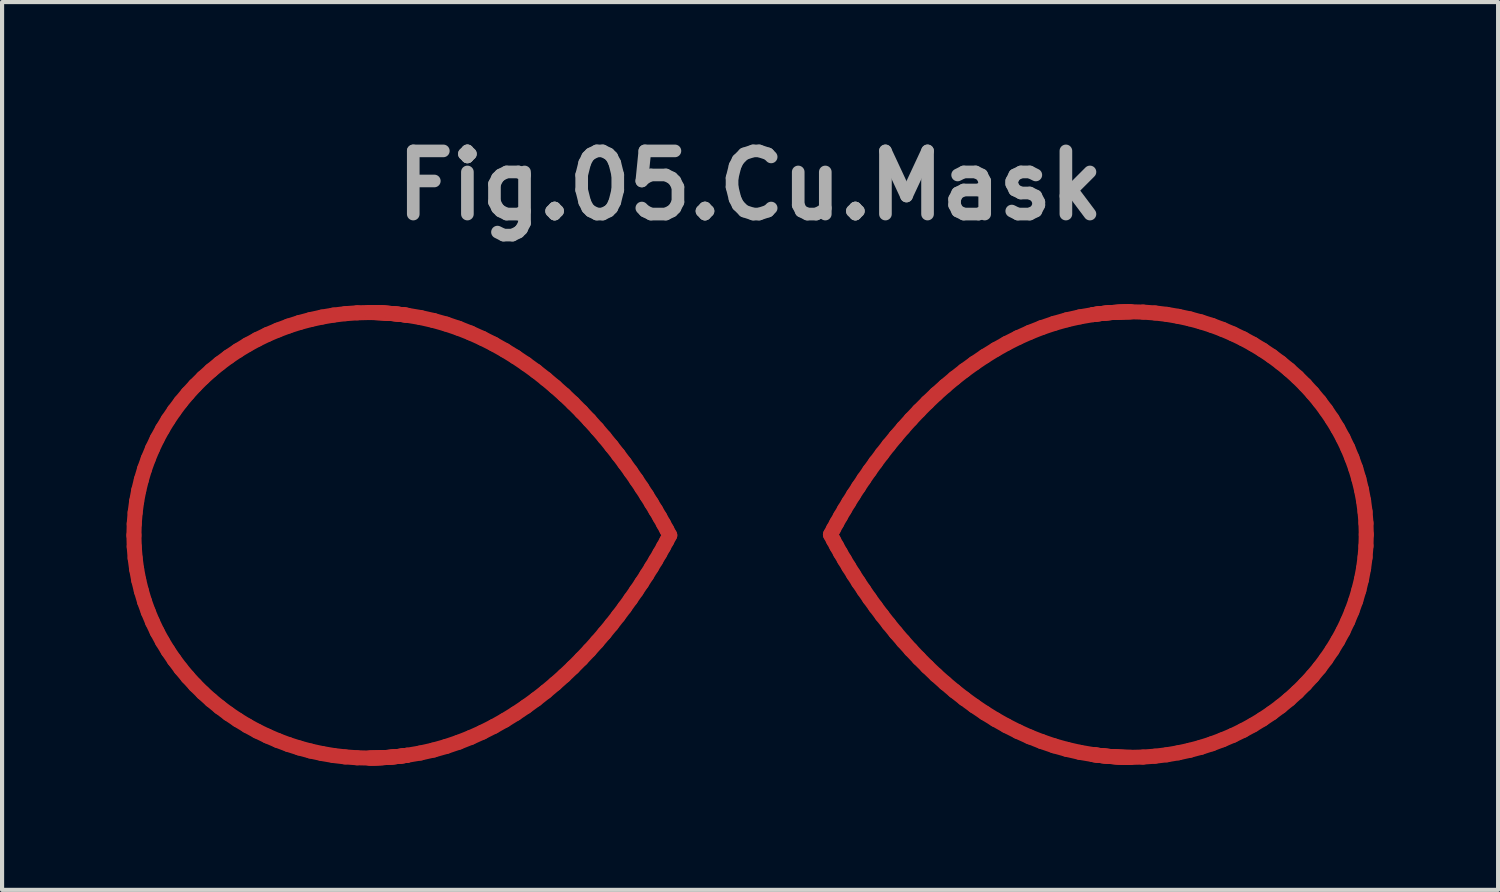
<source format=kicad_pcb>
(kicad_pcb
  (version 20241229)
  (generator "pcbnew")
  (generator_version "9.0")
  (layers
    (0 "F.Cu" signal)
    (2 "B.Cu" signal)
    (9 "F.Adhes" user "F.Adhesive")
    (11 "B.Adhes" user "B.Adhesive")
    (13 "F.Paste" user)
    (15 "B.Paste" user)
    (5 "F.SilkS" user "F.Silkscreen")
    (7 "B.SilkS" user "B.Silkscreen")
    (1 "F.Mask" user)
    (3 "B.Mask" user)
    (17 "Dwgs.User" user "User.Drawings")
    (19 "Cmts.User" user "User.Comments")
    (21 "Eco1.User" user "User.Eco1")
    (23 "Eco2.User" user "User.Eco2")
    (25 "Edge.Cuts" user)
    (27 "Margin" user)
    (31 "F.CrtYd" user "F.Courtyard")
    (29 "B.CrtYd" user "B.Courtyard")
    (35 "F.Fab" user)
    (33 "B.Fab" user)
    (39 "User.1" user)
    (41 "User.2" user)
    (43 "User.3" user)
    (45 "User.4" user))
  (footprint "Fig.05.Cu.Mask"
    (layer "F.Cu")
    (at 15.05 9.858)
    (property "Reference" "Fig.05.Cu.Mask" (at 0 -8.432 0) (layer "F.Fab") (effects (font (size 1.524 1.524) (thickness 0.305))))
    (attr smd)
    (fp_line (start -14.868 0.009) (end -14.861 -0.267) (stroke (width 0.363) (type solid)) (layer "F.Cu"))
    (fp_line (start -14.861 0.285) (end -14.868 0.009) (stroke (width 0.363) (type solid)) (layer "F.Cu"))
    (fp_line (start -14.861 -0.267) (end -14.839 -0.539) (stroke (width 0.363) (type solid)) (layer "F.Cu"))
    (fp_line (start -14.839 0.558) (end -14.861 0.285) (stroke (width 0.363) (type solid)) (layer "F.Cu"))
    (fp_line (start -14.839 -0.539) (end -14.803 -0.808) (stroke (width 0.363) (type solid)) (layer "F.Cu"))
    (fp_line (start -14.803 0.826) (end -14.839 0.558) (stroke (width 0.363) (type solid)) (layer "F.Cu"))
    (fp_line (start -14.803 -0.808) (end -14.753 -1.072) (stroke (width 0.363) (type solid)) (layer "F.Cu"))
    (fp_line (start -14.753 1.09) (end -14.803 0.826) (stroke (width 0.363) (type solid)) (layer "F.Cu"))
    (fp_line (start -14.753 -1.072) (end -14.689 -1.332) (stroke (width 0.363) (type solid)) (layer "F.Cu"))
    (fp_line (start -14.689 1.35) (end -14.753 1.09) (stroke (width 0.363) (type solid)) (layer "F.Cu"))
    (fp_line (start -14.689 -1.332) (end -14.613 -1.587) (stroke (width 0.363) (type solid)) (layer "F.Cu"))
    (fp_line (start -14.613 1.605) (end -14.689 1.35) (stroke (width 0.363) (type solid)) (layer "F.Cu"))
    (fp_line (start -14.613 -1.587) (end -14.523 -1.837) (stroke (width 0.363) (type solid)) (layer "F.Cu"))
    (fp_line (start -14.523 1.854) (end -14.613 1.605) (stroke (width 0.363) (type solid)) (layer "F.Cu"))
    (fp_line (start -14.523 -1.837) (end -14.421 -2.081) (stroke (width 0.363) (type solid)) (layer "F.Cu"))
    (fp_line (start -14.421 2.098) (end -14.523 1.854) (stroke (width 0.363) (type solid)) (layer "F.Cu"))
    (fp_line (start -14.421 -2.081) (end -14.308 -2.319) (stroke (width 0.363) (type solid)) (layer "F.Cu"))
    (fp_line (start -14.308 2.336) (end -14.421 2.098) (stroke (width 0.363) (type solid)) (layer "F.Cu"))
    (fp_line (start -14.308 -2.319) (end -14.182 -2.55) (stroke (width 0.363) (type solid)) (layer "F.Cu"))
    (fp_line (start -14.182 2.568) (end -14.308 2.336) (stroke (width 0.363) (type solid)) (layer "F.Cu"))
    (fp_line (start -14.182 -2.55) (end -14.045 -2.776) (stroke (width 0.363) (type solid)) (layer "F.Cu"))
    (fp_line (start -14.045 2.793) (end -14.182 2.568) (stroke (width 0.363) (type solid)) (layer "F.Cu"))
    (fp_line (start -14.045 -2.776) (end -13.897 -2.994) (stroke (width 0.363) (type solid)) (layer "F.Cu"))
    (fp_line (start -13.897 3.011) (end -14.045 2.793) (stroke (width 0.363) (type solid)) (layer "F.Cu"))
    (fp_line (start -13.897 -2.994) (end -13.739 -3.205) (stroke (width 0.363) (type solid)) (layer "F.Cu"))
    (fp_line (start -13.739 3.222) (end -13.897 3.011) (stroke (width 0.363) (type solid)) (layer "F.Cu"))
    (fp_line (start -13.739 -3.205) (end -13.57 -3.408) (stroke (width 0.363) (type solid)) (layer "F.Cu"))
    (fp_line (start -13.57 3.425) (end -13.739 3.222) (stroke (width 0.363) (type solid)) (layer "F.Cu"))
    (fp_line (start -13.57 -3.408) (end -13.391 -3.603) (stroke (width 0.363) (type solid)) (layer "F.Cu"))
    (fp_line (start -13.392 3.62) (end -13.57 3.425) (stroke (width 0.363) (type solid)) (layer "F.Cu"))
    (fp_line (start -13.391 -3.603) (end -13.203 -3.79) (stroke (width 0.363) (type solid)) (layer "F.Cu"))
    (fp_line (start -13.204 3.807) (end -13.392 3.62) (stroke (width 0.363) (type solid)) (layer "F.Cu"))
    (fp_line (start -13.203 -3.79) (end -13.006 -3.968) (stroke (width 0.363) (type solid)) (layer "F.Cu"))
    (fp_line (start -13.006 3.985) (end -13.204 3.807) (stroke (width 0.363) (type solid)) (layer "F.Cu"))
    (fp_line (start -13.006 -3.968) (end -12.8 -4.137) (stroke (width 0.363) (type solid)) (layer "F.Cu"))
    (fp_line (start -12.8 4.154) (end -13.006 3.985) (stroke (width 0.363) (type solid)) (layer "F.Cu"))
    (fp_line (start -12.8 -4.137) (end -12.585 -4.297) (stroke (width 0.363) (type solid)) (layer "F.Cu"))
    (fp_line (start -12.586 4.314) (end -12.8 4.154) (stroke (width 0.363) (type solid)) (layer "F.Cu"))
    (fp_line (start -12.585 -4.297) (end -12.362 -4.447) (stroke (width 0.363) (type solid)) (layer "F.Cu"))
    (fp_line (start -12.363 4.464) (end -12.586 4.314) (stroke (width 0.363) (type solid)) (layer "F.Cu"))
    (fp_line (start -12.362 -4.447) (end -12.132 -4.587) (stroke (width 0.363) (type solid)) (layer "F.Cu"))
    (fp_line (start -12.133 4.604) (end -12.363 4.464) (stroke (width 0.363) (type solid)) (layer "F.Cu"))
    (fp_line (start -12.132 -4.587) (end -11.894 -4.717) (stroke (width 0.363) (type solid)) (layer "F.Cu"))
    (fp_line (start -11.895 4.734) (end -12.133 4.604) (stroke (width 0.363) (type solid)) (layer "F.Cu"))
    (fp_line (start -11.894 -4.717) (end -11.649 -4.836) (stroke (width 0.363) (type solid)) (layer "F.Cu"))
    (fp_line (start -11.65 4.852) (end -11.895 4.734) (stroke (width 0.363) (type solid)) (layer "F.Cu"))
    (fp_line (start -11.649 -4.836) (end -11.397 -4.943) (stroke (width 0.363) (type solid)) (layer "F.Cu"))
    (fp_line (start -11.399 4.96) (end -11.65 4.852) (stroke (width 0.363) (type solid)) (layer "F.Cu"))
    (fp_line (start -11.397 -4.943) (end -11.14 -5.04) (stroke (width 0.363) (type solid)) (layer "F.Cu"))
    (fp_line (start -11.141 5.057) (end -11.399 4.96) (stroke (width 0.363) (type solid)) (layer "F.Cu"))
    (fp_line (start -11.14 -5.04) (end -10.876 -5.125) (stroke (width 0.363) (type solid)) (layer "F.Cu"))
    (fp_line (start -10.878 5.141) (end -11.141 5.057) (stroke (width 0.363) (type solid)) (layer "F.Cu"))
    (fp_line (start -10.876 -5.125) (end -10.606 -5.197) (stroke (width 0.363) (type solid)) (layer "F.Cu"))
    (fp_line (start -10.609 5.214) (end -10.878 5.141) (stroke (width 0.363) (type solid)) (layer "F.Cu"))
    (fp_line (start -10.606 -5.197) (end -10.332 -5.257) (stroke (width 0.363) (type solid)) (layer "F.Cu"))
    (fp_line (start -10.334 5.274) (end -10.609 5.214) (stroke (width 0.363) (type solid)) (layer "F.Cu"))
    (fp_line (start -10.332 -5.257) (end -10.052 -5.305) (stroke (width 0.363) (type solid)) (layer "F.Cu"))
    (fp_line (start -10.055 5.322) (end -10.334 5.274) (stroke (width 0.363) (type solid)) (layer "F.Cu"))
    (fp_line (start -10.052 -5.305) (end -9.768 -5.339) (stroke (width 0.363) (type solid)) (layer "F.Cu"))
    (fp_line (start -9.771 5.356) (end -10.055 5.322) (stroke (width 0.363) (type solid)) (layer "F.Cu"))
    (fp_line (start -9.768 -5.339) (end -9.48 -5.36) (stroke (width 0.363) (type solid)) (layer "F.Cu"))
    (fp_line (start -9.484 5.377) (end -9.771 5.356) (stroke (width 0.363) (type solid)) (layer "F.Cu"))
    (fp_line (start -9.48 -5.36) (end -9.188 -5.367) (stroke (width 0.363) (type solid)) (layer "F.Cu"))
    (fp_line (start -9.192 5.384) (end -9.484 5.377) (stroke (width 0.363) (type solid)) (layer "F.Cu"))
    (fp_line (start -9.188 -5.367) (end -9.16 -5.367) (stroke (width 0.363) (type solid)) (layer "F.Cu"))
    (fp_line (start -9.164 5.384) (end -9.192 5.384) (stroke (width 0.363) (type solid)) (layer "F.Cu"))
    (fp_line (start -9.16 -5.367) (end -9.132 -5.367) (stroke (width 0.363) (type solid)) (layer "F.Cu"))
    (fp_line (start -9.135 5.383) (end -9.164 5.384) (stroke (width 0.363) (type solid)) (layer "F.Cu"))
    (fp_line (start -9.132 -5.367) (end -9.104 -5.366) (stroke (width 0.363) (type solid)) (layer "F.Cu"))
    (fp_line (start -9.107 5.383) (end -9.135 5.383) (stroke (width 0.363) (type solid)) (layer "F.Cu"))
    (fp_line (start -9.104 -5.366) (end -9.075 -5.366) (stroke (width 0.363) (type solid)) (layer "F.Cu"))
    (fp_line (start -9.078 5.383) (end -9.107 5.383) (stroke (width 0.363) (type solid)) (layer "F.Cu"))
    (fp_line (start -9.075 -5.366) (end -9.047 -5.365) (stroke (width 0.363) (type solid)) (layer "F.Cu"))
    (fp_line (start -9.05 5.382) (end -9.078 5.383) (stroke (width 0.363) (type solid)) (layer "F.Cu"))
    (fp_line (start -9.047 -5.365) (end -9.019 -5.364) (stroke (width 0.363) (type solid)) (layer "F.Cu"))
    (fp_line (start -9.021 5.381) (end -9.05 5.382) (stroke (width 0.363) (type solid)) (layer "F.Cu"))
    (fp_line (start -9.019 -5.364) (end -8.99 -5.363) (stroke (width 0.363) (type solid)) (layer "F.Cu"))
    (fp_line (start -8.993 5.38) (end -9.021 5.381) (stroke (width 0.363) (type solid)) (layer "F.Cu"))
    (fp_line (start -8.99 -5.363) (end -8.962 -5.362) (stroke (width 0.363) (type solid)) (layer "F.Cu"))
    (fp_line (start -8.964 5.379) (end -8.993 5.38) (stroke (width 0.363) (type solid)) (layer "F.Cu"))
    (fp_line (start -8.962 -5.362) (end -8.933 -5.361) (stroke (width 0.363) (type solid)) (layer "F.Cu"))
    (fp_line (start -8.936 5.378) (end -8.964 5.379) (stroke (width 0.363) (type solid)) (layer "F.Cu"))
    (fp_line (start -8.933 -5.361) (end -8.905 -5.36) (stroke (width 0.363) (type solid)) (layer "F.Cu"))
    (fp_line (start -8.907 5.377) (end -8.936 5.378) (stroke (width 0.363) (type solid)) (layer "F.Cu"))
    (fp_line (start -8.905 -5.36) (end -8.877 -5.358) (stroke (width 0.363) (type solid)) (layer "F.Cu"))
    (fp_line (start -8.878 5.376) (end -8.907 5.377) (stroke (width 0.363) (type solid)) (layer "F.Cu"))
    (fp_line (start -8.877 -5.358) (end -8.848 -5.357) (stroke (width 0.363) (type solid)) (layer "F.Cu"))
    (fp_line (start -8.85 5.374) (end -8.878 5.376) (stroke (width 0.363) (type solid)) (layer "F.Cu"))
    (fp_line (start -8.848 -5.357) (end -8.82 -5.355) (stroke (width 0.363) (type solid)) (layer "F.Cu"))
    (fp_line (start -8.821 5.372) (end -8.85 5.374) (stroke (width 0.363) (type solid)) (layer "F.Cu"))
    (fp_line (start -8.82 -5.355) (end -8.791 -5.353) (stroke (width 0.363) (type solid)) (layer "F.Cu"))
    (fp_line (start -8.793 5.371) (end -8.821 5.372) (stroke (width 0.363) (type solid)) (layer "F.Cu"))
    (fp_line (start -8.791 -5.353) (end -8.763 -5.351) (stroke (width 0.363) (type solid)) (layer "F.Cu"))
    (fp_line (start -8.764 5.369) (end -8.793 5.371) (stroke (width 0.363) (type solid)) (layer "F.Cu"))
    (fp_line (start -8.763 -5.351) (end -8.734 -5.349) (stroke (width 0.363) (type solid)) (layer "F.Cu"))
    (fp_line (start -8.735 5.367) (end -8.764 5.369) (stroke (width 0.363) (type solid)) (layer "F.Cu"))
    (fp_line (start -8.734 -5.349) (end -8.706 -5.347) (stroke (width 0.363) (type solid)) (layer "F.Cu"))
    (fp_line (start -8.707 5.365) (end -8.735 5.367) (stroke (width 0.363) (type solid)) (layer "F.Cu"))
    (fp_line (start -8.706 -5.347) (end -8.677 -5.345) (stroke (width 0.363) (type solid)) (layer "F.Cu"))
    (fp_line (start -8.678 5.362) (end -8.707 5.365) (stroke (width 0.363) (type solid)) (layer "F.Cu"))
    (fp_line (start -8.677 -5.345) (end -8.649 -5.342) (stroke (width 0.363) (type solid)) (layer "F.Cu"))
    (fp_line (start -8.65 5.36) (end -8.678 5.362) (stroke (width 0.363) (type solid)) (layer "F.Cu"))
    (fp_line (start -8.649 -5.342) (end -8.62 -5.34) (stroke (width 0.363) (type solid)) (layer "F.Cu"))
    (fp_line (start -8.621 5.357) (end -8.65 5.36) (stroke (width 0.363) (type solid)) (layer "F.Cu"))
    (fp_line (start -8.62 -5.34) (end -8.592 -5.337) (stroke (width 0.363) (type solid)) (layer "F.Cu"))
    (fp_line (start -8.593 5.355) (end -8.621 5.357) (stroke (width 0.363) (type solid)) (layer "F.Cu"))
    (fp_line (start -8.592 -5.337) (end -8.563 -5.334) (stroke (width 0.363) (type solid)) (layer "F.Cu"))
    (fp_line (start -8.564 5.352) (end -8.593 5.355) (stroke (width 0.363) (type solid)) (layer "F.Cu"))
    (fp_line (start -8.563 -5.334) (end -8.535 -5.332) (stroke (width 0.363) (type solid)) (layer "F.Cu"))
    (fp_line (start -8.535 5.349) (end -8.564 5.352) (stroke (width 0.363) (type solid)) (layer "F.Cu"))
    (fp_line (start -8.535 -5.332) (end -8.506 -5.329) (stroke (width 0.363) (type solid)) (layer "F.Cu"))
    (fp_line (start -8.507 5.346) (end -8.535 5.349) (stroke (width 0.363) (type solid)) (layer "F.Cu"))
    (fp_line (start -8.506 -5.329) (end -8.478 -5.326) (stroke (width 0.363) (type solid)) (layer "F.Cu"))
    (fp_line (start -8.478 5.343) (end -8.507 5.346) (stroke (width 0.363) (type solid)) (layer "F.Cu"))
    (fp_line (start -8.478 -5.326) (end -8.449 -5.322) (stroke (width 0.363) (type solid)) (layer "F.Cu"))
    (fp_line (start -8.45 5.34) (end -8.478 5.343) (stroke (width 0.363) (type solid)) (layer "F.Cu"))
    (fp_line (start -8.449 -5.322) (end -8.421 -5.319) (stroke (width 0.363) (type solid)) (layer "F.Cu"))
    (fp_line (start -8.422 5.336) (end -8.45 5.34) (stroke (width 0.363) (type solid)) (layer "F.Cu"))
    (fp_line (start -8.421 -5.319) (end -8.392 -5.316) (stroke (width 0.363) (type solid)) (layer "F.Cu"))
    (fp_line (start -8.393 5.333) (end -8.422 5.336) (stroke (width 0.363) (type solid)) (layer "F.Cu"))
    (fp_line (start -8.392 -5.316) (end -8.364 -5.312) (stroke (width 0.363) (type solid)) (layer "F.Cu"))
    (fp_line (start -8.365 5.329) (end -8.393 5.333) (stroke (width 0.363) (type solid)) (layer "F.Cu"))
    (fp_line (start -8.364 -5.312) (end -8.335 -5.309) (stroke (width 0.363) (type solid)) (layer "F.Cu"))
    (fp_line (start -8.336 5.325) (end -8.365 5.329) (stroke (width 0.363) (type solid)) (layer "F.Cu"))
    (fp_line (start -8.335 -5.309) (end -8.307 -5.305) (stroke (width 0.363) (type solid)) (layer "F.Cu"))
    (fp_line (start -8.308 5.321) (end -8.336 5.325) (stroke (width 0.363) (type solid)) (layer "F.Cu"))
    (fp_line (start -8.307 -5.305) (end -8.279 -5.301) (stroke (width 0.363) (type solid)) (layer "F.Cu"))
    (fp_line (start -8.28 5.317) (end -8.308 5.321) (stroke (width 0.363) (type solid)) (layer "F.Cu"))
    (fp_line (start -8.28 5.317) (end -8.28 5.317) (stroke (width 0.363) (type solid)) (layer "F.Cu"))
    (fp_line (start -8.279 -5.301) (end -7.956 -5.246) (stroke (width 0.363) (type solid)) (layer "F.Cu"))
    (fp_line (start -7.957 5.262) (end -8.28 5.317) (stroke (width 0.363) (type solid)) (layer "F.Cu"))
    (fp_line (start -7.956 -5.246) (end -7.641 -5.175) (stroke (width 0.363) (type solid)) (layer "F.Cu"))
    (fp_line (start -7.642 5.191) (end -7.957 5.262) (stroke (width 0.363) (type solid)) (layer "F.Cu"))
    (fp_line (start -7.641 -5.175) (end -7.334 -5.088) (stroke (width 0.363) (type solid)) (layer "F.Cu"))
    (fp_line (start -7.335 5.104) (end -7.642 5.191) (stroke (width 0.363) (type solid)) (layer "F.Cu"))
    (fp_line (start -7.334 -5.088) (end -7.036 -4.987) (stroke (width 0.363) (type solid)) (layer "F.Cu"))
    (fp_line (start -7.036 5.003) (end -7.335 5.104) (stroke (width 0.363) (type solid)) (layer "F.Cu"))
    (fp_line (start -7.036 -4.987) (end -6.745 -4.872) (stroke (width 0.363) (type solid)) (layer "F.Cu"))
    (fp_line (start -6.745 4.888) (end -7.036 5.003) (stroke (width 0.363) (type solid)) (layer "F.Cu"))
    (fp_line (start -6.745 -4.872) (end -6.462 -4.744) (stroke (width 0.363) (type solid)) (layer "F.Cu"))
    (fp_line (start -6.463 4.761) (end -6.745 4.888) (stroke (width 0.363) (type solid)) (layer "F.Cu"))
    (fp_line (start -6.462 -4.744) (end -6.187 -4.605) (stroke (width 0.363) (type solid)) (layer "F.Cu"))
    (fp_line (start -6.188 4.622) (end -6.463 4.761) (stroke (width 0.363) (type solid)) (layer "F.Cu"))
    (fp_line (start -6.187 -4.605) (end -5.92 -4.455) (stroke (width 0.363) (type solid)) (layer "F.Cu"))
    (fp_line (start -5.921 4.472) (end -6.188 4.622) (stroke (width 0.363) (type solid)) (layer "F.Cu"))
    (fp_line (start -5.92 -4.455) (end -5.661 -4.295) (stroke (width 0.363) (type solid)) (layer "F.Cu"))
    (fp_line (start -5.662 4.312) (end -5.921 4.472) (stroke (width 0.363) (type solid)) (layer "F.Cu"))
    (fp_line (start -5.661 -4.295) (end -5.41 -4.126) (stroke (width 0.363) (type solid)) (layer "F.Cu"))
    (fp_line (start -5.411 4.143) (end -5.662 4.312) (stroke (width 0.363) (type solid)) (layer "F.Cu"))
    (fp_line (start -5.41 -4.126) (end -5.167 -3.95) (stroke (width 0.363) (type solid)) (layer "F.Cu"))
    (fp_line (start -5.168 3.967) (end -5.411 4.143) (stroke (width 0.363) (type solid)) (layer "F.Cu"))
    (fp_line (start -5.167 -3.95) (end -4.932 -3.765) (stroke (width 0.363) (type solid)) (layer "F.Cu"))
    (fp_line (start -4.933 3.783) (end -5.168 3.967) (stroke (width 0.363) (type solid)) (layer "F.Cu"))
    (fp_line (start -4.932 -3.765) (end -4.706 -3.575) (stroke (width 0.363) (type solid)) (layer "F.Cu"))
    (fp_line (start -4.706 3.592) (end -4.933 3.783) (stroke (width 0.363) (type solid)) (layer "F.Cu"))
    (fp_line (start -4.706 -3.575) (end -4.487 -3.38) (stroke (width 0.363) (type solid)) (layer "F.Cu"))
    (fp_line (start -4.487 3.397) (end -4.706 3.592) (stroke (width 0.363) (type solid)) (layer "F.Cu"))
    (fp_line (start -4.487 -3.38) (end -4.276 -3.18) (stroke (width 0.363) (type solid)) (layer "F.Cu"))
    (fp_line (start -4.277 3.197) (end -4.487 3.397) (stroke (width 0.363) (type solid)) (layer "F.Cu"))
    (fp_line (start -4.276 -3.18) (end -4.073 -2.976) (stroke (width 0.363) (type solid)) (layer "F.Cu"))
    (fp_line (start -4.074 2.993) (end -4.277 3.197) (stroke (width 0.363) (type solid)) (layer "F.Cu"))
    (fp_line (start -4.073 -2.976) (end -3.879 -2.77) (stroke (width 0.363) (type solid)) (layer "F.Cu"))
    (fp_line (start -3.879 2.787) (end -4.074 2.993) (stroke (width 0.363) (type solid)) (layer "F.Cu"))
    (fp_line (start -3.879 -2.77) (end -3.692 -2.562) (stroke (width 0.363) (type solid)) (layer "F.Cu"))
    (fp_line (start -3.693 2.579) (end -3.879 2.787) (stroke (width 0.363) (type solid)) (layer "F.Cu"))
    (fp_line (start -3.692 -2.562) (end -3.514 -2.354) (stroke (width 0.363) (type solid)) (layer "F.Cu"))
    (fp_line (start -3.515 2.371) (end -3.693 2.579) (stroke (width 0.363) (type solid)) (layer "F.Cu"))
    (fp_line (start -3.514 -2.354) (end -3.344 -2.145) (stroke (width 0.363) (type solid)) (layer "F.Cu"))
    (fp_line (start -3.344 2.163) (end -3.515 2.371) (stroke (width 0.363) (type solid)) (layer "F.Cu"))
    (fp_line (start -3.344 -2.145) (end -3.182 -1.938) (stroke (width 0.363) (type solid)) (layer "F.Cu"))
    (fp_line (start -3.182 1.955) (end -3.344 2.163) (stroke (width 0.363) (type solid)) (layer "F.Cu"))
    (fp_line (start -3.182 -1.938) (end -3.028 -1.733) (stroke (width 0.363) (type solid)) (layer "F.Cu"))
    (fp_line (start -3.028 1.75) (end -3.182 1.955) (stroke (width 0.363) (type solid)) (layer "F.Cu"))
    (fp_line (start -3.028 -1.733) (end -2.882 -1.531) (stroke (width 0.363) (type solid)) (layer "F.Cu"))
    (fp_line (start -2.883 1.548) (end -3.028 1.75) (stroke (width 0.363) (type solid)) (layer "F.Cu"))
    (fp_line (start -2.882 -1.531) (end -2.744 -1.332) (stroke (width 0.363) (type solid)) (layer "F.Cu"))
    (fp_line (start -2.745 1.349) (end -2.883 1.548) (stroke (width 0.363) (type solid)) (layer "F.Cu"))
    (fp_line (start -2.744 -1.332) (end -2.615 -1.139) (stroke (width 0.363) (type solid)) (layer "F.Cu"))
    (fp_line (start -2.615 1.155) (end -2.745 1.349) (stroke (width 0.363) (type solid)) (layer "F.Cu"))
    (fp_line (start -2.615 -1.139) (end -2.494 -0.951) (stroke (width 0.363) (type solid)) (layer "F.Cu"))
    (fp_line (start -2.494 0.967) (end -2.615 1.155) (stroke (width 0.363) (type solid)) (layer "F.Cu"))
    (fp_line (start -2.494 -0.951) (end -2.381 -0.769) (stroke (width 0.363) (type solid)) (layer "F.Cu"))
    (fp_line (start -2.381 0.785) (end -2.494 0.967) (stroke (width 0.363) (type solid)) (layer "F.Cu"))
    (fp_line (start -2.381 -0.769) (end -2.276 -0.595) (stroke (width 0.363) (type solid)) (layer "F.Cu"))
    (fp_line (start -2.276 0.611) (end -2.381 0.785) (stroke (width 0.363) (type solid)) (layer "F.Cu"))
    (fp_line (start -2.276 -0.595) (end -2.179 -0.43) (stroke (width 0.363) (type solid)) (layer "F.Cu"))
    (fp_line (start -2.179 0.445) (end -2.276 0.611) (stroke (width 0.363) (type solid)) (layer "F.Cu"))
    (fp_line (start -2.179 -0.43) (end -2.091 -0.273) (stroke (width 0.363) (type solid)) (layer "F.Cu"))
    (fp_line (start -2.091 0.289) (end -2.179 0.445) (stroke (width 0.363) (type solid)) (layer "F.Cu"))
    (fp_line (start -2.091 -0.273) (end -2.011 -0.127) (stroke (width 0.363) (type solid)) (layer "F.Cu"))
    (fp_line (start -2.011 0.143) (end -2.091 0.289) (stroke (width 0.363) (type solid)) (layer "F.Cu"))
    (fp_line (start -2.011 -0.127) (end -1.939 0.008) (stroke (width 0.363) (type solid)) (layer "F.Cu"))
    (fp_line (start -1.939 0.008) (end -2.011 0.143) (stroke (width 0.363) (type solid)) (layer "F.Cu"))
    (fp_line (start 1.939 -0.008) (end 2.011 -0.143) (stroke (width 0.363) (type solid)) (layer "F.Cu"))
    (fp_line (start 2.011 0.127) (end 1.939 -0.008) (stroke (width 0.363) (type solid)) (layer "F.Cu"))
    (fp_line (start 2.011 -0.143) (end 2.091 -0.289) (stroke (width 0.363) (type solid)) (layer "F.Cu"))
    (fp_line (start 2.091 0.273) (end 2.011 0.127) (stroke (width 0.363) (type solid)) (layer "F.Cu"))
    (fp_line (start 2.091 -0.289) (end 2.179 -0.445) (stroke (width 0.363) (type solid)) (layer "F.Cu"))
    (fp_line (start 2.179 0.43) (end 2.091 0.273) (stroke (width 0.363) (type solid)) (layer "F.Cu"))
    (fp_line (start 2.179 -0.445) (end 2.276 -0.611) (stroke (width 0.363) (type solid)) (layer "F.Cu"))
    (fp_line (start 2.276 0.595) (end 2.179 0.43) (stroke (width 0.363) (type solid)) (layer "F.Cu"))
    (fp_line (start 2.276 -0.611) (end 2.381 -0.785) (stroke (width 0.363) (type solid)) (layer "F.Cu"))
    (fp_line (start 2.381 0.769) (end 2.276 0.595) (stroke (width 0.363) (type solid)) (layer "F.Cu"))
    (fp_line (start 2.381 -0.785) (end 2.494 -0.967) (stroke (width 0.363) (type solid)) (layer "F.Cu"))
    (fp_line (start 2.494 0.95) (end 2.381 0.769) (stroke (width 0.363) (type solid)) (layer "F.Cu"))
    (fp_line (start 2.494 -0.967) (end 2.616 -1.155) (stroke (width 0.363) (type solid)) (layer "F.Cu"))
    (fp_line (start 2.615 1.139) (end 2.494 0.95) (stroke (width 0.363) (type solid)) (layer "F.Cu"))
    (fp_line (start 2.616 -1.155) (end 2.745 -1.349) (stroke (width 0.363) (type solid)) (layer "F.Cu"))
    (fp_line (start 2.745 1.332) (end 2.615 1.139) (stroke (width 0.363) (type solid)) (layer "F.Cu"))
    (fp_line (start 2.745 -1.349) (end 2.883 -1.548) (stroke (width 0.363) (type solid)) (layer "F.Cu"))
    (fp_line (start 2.882 1.531) (end 2.745 1.332) (stroke (width 0.363) (type solid)) (layer "F.Cu"))
    (fp_line (start 2.883 -1.548) (end 3.028 -1.75) (stroke (width 0.363) (type solid)) (layer "F.Cu"))
    (fp_line (start 3.028 1.733) (end 2.882 1.531) (stroke (width 0.363) (type solid)) (layer "F.Cu"))
    (fp_line (start 3.028 -1.75) (end 3.182 -1.955) (stroke (width 0.363) (type solid)) (layer "F.Cu"))
    (fp_line (start 3.182 1.938) (end 3.028 1.733) (stroke (width 0.363) (type solid)) (layer "F.Cu"))
    (fp_line (start 3.182 -1.955) (end 3.344 -2.163) (stroke (width 0.363) (type solid)) (layer "F.Cu"))
    (fp_line (start 3.344 2.145) (end 3.182 1.938) (stroke (width 0.363) (type solid)) (layer "F.Cu"))
    (fp_line (start 3.344 -2.163) (end 3.515 -2.371) (stroke (width 0.363) (type solid)) (layer "F.Cu"))
    (fp_line (start 3.514 2.354) (end 3.344 2.145) (stroke (width 0.363) (type solid)) (layer "F.Cu"))
    (fp_line (start 3.515 -2.371) (end 3.693 -2.579) (stroke (width 0.363) (type solid)) (layer "F.Cu"))
    (fp_line (start 3.693 2.562) (end 3.514 2.354) (stroke (width 0.363) (type solid)) (layer "F.Cu"))
    (fp_line (start 3.693 -2.579) (end 3.879 -2.787) (stroke (width 0.363) (type solid)) (layer "F.Cu"))
    (fp_line (start 3.879 2.77) (end 3.693 2.562) (stroke (width 0.363) (type solid)) (layer "F.Cu"))
    (fp_line (start 3.879 -2.787) (end 4.074 -2.993) (stroke (width 0.363) (type solid)) (layer "F.Cu"))
    (fp_line (start 4.074 2.976) (end 3.879 2.77) (stroke (width 0.363) (type solid)) (layer "F.Cu"))
    (fp_line (start 4.074 -2.993) (end 4.277 -3.197) (stroke (width 0.363) (type solid)) (layer "F.Cu"))
    (fp_line (start 4.276 3.179) (end 4.074 2.976) (stroke (width 0.363) (type solid)) (layer "F.Cu"))
    (fp_line (start 4.277 -3.197) (end 4.487 -3.397) (stroke (width 0.363) (type solid)) (layer "F.Cu"))
    (fp_line (start 4.487 3.38) (end 4.276 3.179) (stroke (width 0.363) (type solid)) (layer "F.Cu"))
    (fp_line (start 4.487 -3.397) (end 4.706 -3.592) (stroke (width 0.363) (type solid)) (layer "F.Cu"))
    (fp_line (start 4.706 3.575) (end 4.487 3.38) (stroke (width 0.363) (type solid)) (layer "F.Cu"))
    (fp_line (start 4.706 -3.592) (end 4.933 -3.783) (stroke (width 0.363) (type solid)) (layer "F.Cu"))
    (fp_line (start 4.932 3.765) (end 4.706 3.575) (stroke (width 0.363) (type solid)) (layer "F.Cu"))
    (fp_line (start 4.933 -3.783) (end 5.168 -3.967) (stroke (width 0.363) (type solid)) (layer "F.Cu"))
    (fp_line (start 5.167 3.949) (end 4.932 3.765) (stroke (width 0.363) (type solid)) (layer "F.Cu"))
    (fp_line (start 5.168 -3.967) (end 5.411 -4.143) (stroke (width 0.363) (type solid)) (layer "F.Cu"))
    (fp_line (start 5.41 4.126) (end 5.167 3.949) (stroke (width 0.363) (type solid)) (layer "F.Cu"))
    (fp_line (start 5.411 -4.143) (end 5.662 -4.312) (stroke (width 0.363) (type solid)) (layer "F.Cu"))
    (fp_line (start 5.661 4.295) (end 5.41 4.126) (stroke (width 0.363) (type solid)) (layer "F.Cu"))
    (fp_line (start 5.662 -4.312) (end 5.921 -4.472) (stroke (width 0.363) (type solid)) (layer "F.Cu"))
    (fp_line (start 5.92 4.455) (end 5.661 4.295) (stroke (width 0.363) (type solid)) (layer "F.Cu"))
    (fp_line (start 5.921 -4.472) (end 6.188 -4.622) (stroke (width 0.363) (type solid)) (layer "F.Cu"))
    (fp_line (start 6.187 4.605) (end 5.92 4.455) (stroke (width 0.363) (type solid)) (layer "F.Cu"))
    (fp_line (start 6.188 -4.622) (end 6.463 -4.761) (stroke (width 0.363) (type solid)) (layer "F.Cu"))
    (fp_line (start 6.462 4.744) (end 6.187 4.605) (stroke (width 0.363) (type solid)) (layer "F.Cu"))
    (fp_line (start 6.463 -4.761) (end 6.746 -4.888) (stroke (width 0.363) (type solid)) (layer "F.Cu"))
    (fp_line (start 6.745 4.872) (end 6.462 4.744) (stroke (width 0.363) (type solid)) (layer "F.Cu"))
    (fp_line (start 6.746 -4.888) (end 7.036 -5.003) (stroke (width 0.363) (type solid)) (layer "F.Cu"))
    (fp_line (start 7.036 4.986) (end 6.745 4.872) (stroke (width 0.363) (type solid)) (layer "F.Cu"))
    (fp_line (start 7.036 -5.003) (end 7.335 -5.104) (stroke (width 0.363) (type solid)) (layer "F.Cu"))
    (fp_line (start 7.334 5.088) (end 7.036 4.986) (stroke (width 0.363) (type solid)) (layer "F.Cu"))
    (fp_line (start 7.335 -5.104) (end 7.642 -5.191) (stroke (width 0.363) (type solid)) (layer "F.Cu"))
    (fp_line (start 7.641 5.174) (end 7.334 5.088) (stroke (width 0.363) (type solid)) (layer "F.Cu"))
    (fp_line (start 7.642 -5.191) (end 7.957 -5.262) (stroke (width 0.363) (type solid)) (layer "F.Cu"))
    (fp_line (start 7.956 5.246) (end 7.641 5.174) (stroke (width 0.363) (type solid)) (layer "F.Cu"))
    (fp_line (start 7.957 -5.262) (end 8.28 -5.317) (stroke (width 0.363) (type solid)) (layer "F.Cu"))
    (fp_line (start 8.279 5.301) (end 7.956 5.246) (stroke (width 0.363) (type solid)) (layer "F.Cu"))
    (fp_line (start 8.28 -5.317) (end 8.28 -5.317) (stroke (width 0.363) (type solid)) (layer "F.Cu"))
    (fp_line (start 8.28 -5.317) (end 8.308 -5.321) (stroke (width 0.363) (type solid)) (layer "F.Cu"))
    (fp_line (start 8.307 5.305) (end 8.279 5.301) (stroke (width 0.363) (type solid)) (layer "F.Cu"))
    (fp_line (start 8.308 -5.321) (end 8.336 -5.325) (stroke (width 0.363) (type solid)) (layer "F.Cu"))
    (fp_line (start 8.335 5.308) (end 8.307 5.305) (stroke (width 0.363) (type solid)) (layer "F.Cu"))
    (fp_line (start 8.336 -5.325) (end 8.365 -5.329) (stroke (width 0.363) (type solid)) (layer "F.Cu"))
    (fp_line (start 8.364 5.312) (end 8.335 5.308) (stroke (width 0.363) (type solid)) (layer "F.Cu"))
    (fp_line (start 8.365 -5.329) (end 8.393 -5.333) (stroke (width 0.363) (type solid)) (layer "F.Cu"))
    (fp_line (start 8.392 5.316) (end 8.364 5.312) (stroke (width 0.363) (type solid)) (layer "F.Cu"))
    (fp_line (start 8.393 -5.333) (end 8.422 -5.336) (stroke (width 0.363) (type solid)) (layer "F.Cu"))
    (fp_line (start 8.421 5.319) (end 8.392 5.316) (stroke (width 0.363) (type solid)) (layer "F.Cu"))
    (fp_line (start 8.422 -5.336) (end 8.45 -5.34) (stroke (width 0.363) (type solid)) (layer "F.Cu"))
    (fp_line (start 8.449 5.322) (end 8.421 5.319) (stroke (width 0.363) (type solid)) (layer "F.Cu"))
    (fp_line (start 8.45 -5.34) (end 8.478 -5.343) (stroke (width 0.363) (type solid)) (layer "F.Cu"))
    (fp_line (start 8.478 5.326) (end 8.449 5.322) (stroke (width 0.363) (type solid)) (layer "F.Cu"))
    (fp_line (start 8.478 -5.343) (end 8.507 -5.346) (stroke (width 0.363) (type solid)) (layer "F.Cu"))
    (fp_line (start 8.506 5.329) (end 8.478 5.326) (stroke (width 0.363) (type solid)) (layer "F.Cu"))
    (fp_line (start 8.507 -5.346) (end 8.535 -5.349) (stroke (width 0.363) (type solid)) (layer "F.Cu"))
    (fp_line (start 8.535 5.332) (end 8.506 5.329) (stroke (width 0.363) (type solid)) (layer "F.Cu"))
    (fp_line (start 8.535 -5.349) (end 8.564 -5.352) (stroke (width 0.363) (type solid)) (layer "F.Cu"))
    (fp_line (start 8.563 5.334) (end 8.535 5.332) (stroke (width 0.363) (type solid)) (layer "F.Cu"))
    (fp_line (start 8.564 -5.352) (end 8.593 -5.355) (stroke (width 0.363) (type solid)) (layer "F.Cu"))
    (fp_line (start 8.592 5.337) (end 8.563 5.334) (stroke (width 0.363) (type solid)) (layer "F.Cu"))
    (fp_line (start 8.593 -5.355) (end 8.621 -5.357) (stroke (width 0.363) (type solid)) (layer "F.Cu"))
    (fp_line (start 8.62 5.34) (end 8.592 5.337) (stroke (width 0.363) (type solid)) (layer "F.Cu"))
    (fp_line (start 8.621 -5.357) (end 8.65 -5.36) (stroke (width 0.363) (type solid)) (layer "F.Cu"))
    (fp_line (start 8.649 5.342) (end 8.62 5.34) (stroke (width 0.363) (type solid)) (layer "F.Cu"))
    (fp_line (start 8.65 -5.36) (end 8.678 -5.362) (stroke (width 0.363) (type solid)) (layer "F.Cu"))
    (fp_line (start 8.677 5.345) (end 8.649 5.342) (stroke (width 0.363) (type solid)) (layer "F.Cu"))
    (fp_line (start 8.678 -5.362) (end 8.707 -5.365) (stroke (width 0.363) (type solid)) (layer "F.Cu"))
    (fp_line (start 8.706 5.347) (end 8.677 5.345) (stroke (width 0.363) (type solid)) (layer "F.Cu"))
    (fp_line (start 8.707 -5.365) (end 8.735 -5.367) (stroke (width 0.363) (type solid)) (layer "F.Cu"))
    (fp_line (start 8.734 5.349) (end 8.706 5.347) (stroke (width 0.363) (type solid)) (layer "F.Cu"))
    (fp_line (start 8.735 -5.367) (end 8.764 -5.369) (stroke (width 0.363) (type solid)) (layer "F.Cu"))
    (fp_line (start 8.763 5.351) (end 8.734 5.349) (stroke (width 0.363) (type solid)) (layer "F.Cu"))
    (fp_line (start 8.764 -5.369) (end 8.793 -5.371) (stroke (width 0.363) (type solid)) (layer "F.Cu"))
    (fp_line (start 8.791 5.353) (end 8.763 5.351) (stroke (width 0.363) (type solid)) (layer "F.Cu"))
    (fp_line (start 8.793 -5.371) (end 8.821 -5.372) (stroke (width 0.363) (type solid)) (layer "F.Cu"))
    (fp_line (start 8.82 5.355) (end 8.791 5.353) (stroke (width 0.363) (type solid)) (layer "F.Cu"))
    (fp_line (start 8.821 -5.372) (end 8.85 -5.374) (stroke (width 0.363) (type solid)) (layer "F.Cu"))
    (fp_line (start 8.848 5.357) (end 8.82 5.355) (stroke (width 0.363) (type solid)) (layer "F.Cu"))
    (fp_line (start 8.85 -5.374) (end 8.878 -5.376) (stroke (width 0.363) (type solid)) (layer "F.Cu"))
    (fp_line (start 8.877 5.358) (end 8.848 5.357) (stroke (width 0.363) (type solid)) (layer "F.Cu"))
    (fp_line (start 8.878 -5.376) (end 8.907 -5.377) (stroke (width 0.363) (type solid)) (layer "F.Cu"))
    (fp_line (start 8.905 5.36) (end 8.877 5.358) (stroke (width 0.363) (type solid)) (layer "F.Cu"))
    (fp_line (start 8.907 -5.377) (end 8.936 -5.378) (stroke (width 0.363) (type solid)) (layer "F.Cu"))
    (fp_line (start 8.933 5.361) (end 8.905 5.36) (stroke (width 0.363) (type solid)) (layer "F.Cu"))
    (fp_line (start 8.936 -5.378) (end 8.964 -5.379) (stroke (width 0.363) (type solid)) (layer "F.Cu"))
    (fp_line (start 8.962 5.362) (end 8.933 5.361) (stroke (width 0.363) (type solid)) (layer "F.Cu"))
    (fp_line (start 8.964 -5.379) (end 8.993 -5.38) (stroke (width 0.363) (type solid)) (layer "F.Cu"))
    (fp_line (start 8.99 5.363) (end 8.962 5.362) (stroke (width 0.363) (type solid)) (layer "F.Cu"))
    (fp_line (start 8.993 -5.38) (end 9.021 -5.381) (stroke (width 0.363) (type solid)) (layer "F.Cu"))
    (fp_line (start 9.019 5.364) (end 8.99 5.363) (stroke (width 0.363) (type solid)) (layer "F.Cu"))
    (fp_line (start 9.021 -5.381) (end 9.05 -5.382) (stroke (width 0.363) (type solid)) (layer "F.Cu"))
    (fp_line (start 9.047 5.365) (end 9.019 5.364) (stroke (width 0.363) (type solid)) (layer "F.Cu"))
    (fp_line (start 9.05 -5.382) (end 9.078 -5.383) (stroke (width 0.363) (type solid)) (layer "F.Cu"))
    (fp_line (start 9.075 5.366) (end 9.047 5.365) (stroke (width 0.363) (type solid)) (layer "F.Cu"))
    (fp_line (start 9.078 -5.383) (end 9.107 -5.383) (stroke (width 0.363) (type solid)) (layer "F.Cu"))
    (fp_line (start 9.104 5.366) (end 9.075 5.366) (stroke (width 0.363) (type solid)) (layer "F.Cu"))
    (fp_line (start 9.107 -5.383) (end 9.135 -5.383) (stroke (width 0.363) (type solid)) (layer "F.Cu"))
    (fp_line (start 9.132 5.367) (end 9.104 5.366) (stroke (width 0.363) (type solid)) (layer "F.Cu"))
    (fp_line (start 9.135 -5.383) (end 9.164 -5.384) (stroke (width 0.363) (type solid)) (layer "F.Cu"))
    (fp_line (start 9.16 5.367) (end 9.132 5.367) (stroke (width 0.363) (type solid)) (layer "F.Cu"))
    (fp_line (start 9.164 -5.384) (end 9.192 -5.384) (stroke (width 0.363) (type solid)) (layer "F.Cu"))
    (fp_line (start 9.188 5.367) (end 9.16 5.367) (stroke (width 0.363) (type solid)) (layer "F.Cu"))
    (fp_line (start 9.192 -5.384) (end 9.484 -5.377) (stroke (width 0.363) (type solid)) (layer "F.Cu"))
    (fp_line (start 9.48 5.36) (end 9.188 5.367) (stroke (width 0.363) (type solid)) (layer "F.Cu"))
    (fp_line (start 9.484 -5.377) (end 9.771 -5.356) (stroke (width 0.363) (type solid)) (layer "F.Cu"))
    (fp_line (start 9.768 5.339) (end 9.48 5.36) (stroke (width 0.363) (type solid)) (layer "F.Cu"))
    (fp_line (start 9.771 -5.356) (end 10.055 -5.322) (stroke (width 0.363) (type solid)) (layer "F.Cu"))
    (fp_line (start 10.052 5.305) (end 9.768 5.339) (stroke (width 0.363) (type solid)) (layer "F.Cu"))
    (fp_line (start 10.055 -5.322) (end 10.334 -5.274) (stroke (width 0.363) (type solid)) (layer "F.Cu"))
    (fp_line (start 10.332 5.257) (end 10.052 5.305) (stroke (width 0.363) (type solid)) (layer "F.Cu"))
    (fp_line (start 10.334 -5.274) (end 10.609 -5.214) (stroke (width 0.363) (type solid)) (layer "F.Cu"))
    (fp_line (start 10.606 5.197) (end 10.332 5.257) (stroke (width 0.363) (type solid)) (layer "F.Cu"))
    (fp_line (start 10.609 -5.214) (end 10.878 -5.141) (stroke (width 0.363) (type solid)) (layer "F.Cu"))
    (fp_line (start 10.876 5.125) (end 10.606 5.197) (stroke (width 0.363) (type solid)) (layer "F.Cu"))
    (fp_line (start 10.878 -5.141) (end 11.141 -5.057) (stroke (width 0.363) (type solid)) (layer "F.Cu"))
    (fp_line (start 11.14 5.04) (end 10.876 5.125) (stroke (width 0.363) (type solid)) (layer "F.Cu"))
    (fp_line (start 11.141 -5.057) (end 11.399 -4.96) (stroke (width 0.363) (type solid)) (layer "F.Cu"))
    (fp_line (start 11.397 4.943) (end 11.14 5.04) (stroke (width 0.363) (type solid)) (layer "F.Cu"))
    (fp_line (start 11.399 -4.96) (end 11.65 -4.852) (stroke (width 0.363) (type solid)) (layer "F.Cu"))
    (fp_line (start 11.649 4.836) (end 11.397 4.943) (stroke (width 0.363) (type solid)) (layer "F.Cu"))
    (fp_line (start 11.65 -4.852) (end 11.895 -4.734) (stroke (width 0.363) (type solid)) (layer "F.Cu"))
    (fp_line (start 11.894 4.717) (end 11.649 4.836) (stroke (width 0.363) (type solid)) (layer "F.Cu"))
    (fp_line (start 11.895 -4.734) (end 12.133 -4.604) (stroke (width 0.363) (type solid)) (layer "F.Cu"))
    (fp_line (start 12.132 4.587) (end 11.894 4.717) (stroke (width 0.363) (type solid)) (layer "F.Cu"))
    (fp_line (start 12.133 -4.604) (end 12.363 -4.464) (stroke (width 0.363) (type solid)) (layer "F.Cu"))
    (fp_line (start 12.362 4.447) (end 12.132 4.587) (stroke (width 0.363) (type solid)) (layer "F.Cu"))
    (fp_line (start 12.363 -4.464) (end 12.586 -4.314) (stroke (width 0.363) (type solid)) (layer "F.Cu"))
    (fp_line (start 12.585 4.297) (end 12.362 4.447) (stroke (width 0.363) (type solid)) (layer "F.Cu"))
    (fp_line (start 12.586 -4.314) (end 12.8 -4.154) (stroke (width 0.363) (type solid)) (layer "F.Cu"))
    (fp_line (start 12.8 4.137) (end 12.585 4.297) (stroke (width 0.363) (type solid)) (layer "F.Cu"))
    (fp_line (start 12.8 -4.154) (end 13.006 -3.985) (stroke (width 0.363) (type solid)) (layer "F.Cu"))
    (fp_line (start 13.006 3.968) (end 12.8 4.137) (stroke (width 0.363) (type solid)) (layer "F.Cu"))
    (fp_line (start 13.006 -3.985) (end 13.204 -3.807) (stroke (width 0.363) (type solid)) (layer "F.Cu"))
    (fp_line (start 13.203 3.79) (end 13.006 3.968) (stroke (width 0.363) (type solid)) (layer "F.Cu"))
    (fp_line (start 13.204 -3.807) (end 13.392 -3.62) (stroke (width 0.363) (type solid)) (layer "F.Cu"))
    (fp_line (start 13.391 3.603) (end 13.203 3.79) (stroke (width 0.363) (type solid)) (layer "F.Cu"))
    (fp_line (start 13.392 -3.62) (end 13.57 -3.425) (stroke (width 0.363) (type solid)) (layer "F.Cu"))
    (fp_line (start 13.57 3.408) (end 13.391 3.603) (stroke (width 0.363) (type solid)) (layer "F.Cu"))
    (fp_line (start 13.57 -3.425) (end 13.739 -3.222) (stroke (width 0.363) (type solid)) (layer "F.Cu"))
    (fp_line (start 13.739 3.205) (end 13.57 3.408) (stroke (width 0.363) (type solid)) (layer "F.Cu"))
    (fp_line (start 13.739 -3.222) (end 13.897 -3.011) (stroke (width 0.363) (type solid)) (layer "F.Cu"))
    (fp_line (start 13.897 2.994) (end 13.739 3.205) (stroke (width 0.363) (type solid)) (layer "F.Cu"))
    (fp_line (start 13.897 -3.011) (end 14.045 -2.793) (stroke (width 0.363) (type solid)) (layer "F.Cu"))
    (fp_line (start 14.045 2.776) (end 13.897 2.994) (stroke (width 0.363) (type solid)) (layer "F.Cu"))
    (fp_line (start 14.045 -2.793) (end 14.182 -2.568) (stroke (width 0.363) (type solid)) (layer "F.Cu"))
    (fp_line (start 14.182 2.55) (end 14.045 2.776) (stroke (width 0.363) (type solid)) (layer "F.Cu"))
    (fp_line (start 14.182 -2.568) (end 14.308 -2.336) (stroke (width 0.363) (type solid)) (layer "F.Cu"))
    (fp_line (start 14.308 2.319) (end 14.182 2.55) (stroke (width 0.363) (type solid)) (layer "F.Cu"))
    (fp_line (start 14.308 -2.336) (end 14.422 -2.098) (stroke (width 0.363) (type solid)) (layer "F.Cu"))
    (fp_line (start 14.421 2.081) (end 14.308 2.319) (stroke (width 0.363) (type solid)) (layer "F.Cu"))
    (fp_line (start 14.422 -2.098) (end 14.523 -1.854) (stroke (width 0.363) (type solid)) (layer "F.Cu"))
    (fp_line (start 14.523 1.837) (end 14.421 2.081) (stroke (width 0.363) (type solid)) (layer "F.Cu"))
    (fp_line (start 14.523 -1.854) (end 14.613 -1.605) (stroke (width 0.363) (type solid)) (layer "F.Cu"))
    (fp_line (start 14.613 1.587) (end 14.523 1.837) (stroke (width 0.363) (type solid)) (layer "F.Cu"))
    (fp_line (start 14.613 -1.605) (end 14.689 -1.35) (stroke (width 0.363) (type solid)) (layer "F.Cu"))
    (fp_line (start 14.689 1.332) (end 14.613 1.587) (stroke (width 0.363) (type solid)) (layer "F.Cu"))
    (fp_line (start 14.689 -1.35) (end 14.753 -1.09) (stroke (width 0.363) (type solid)) (layer "F.Cu"))
    (fp_line (start 14.753 1.072) (end 14.689 1.332) (stroke (width 0.363) (type solid)) (layer "F.Cu"))
    (fp_line (start 14.753 -1.09) (end 14.803 -0.826) (stroke (width 0.363) (type solid)) (layer "F.Cu"))
    (fp_line (start 14.803 0.808) (end 14.753 1.072) (stroke (width 0.363) (type solid)) (layer "F.Cu"))
    (fp_line (start 14.803 -0.826) (end 14.839 -0.558) (stroke (width 0.363) (type solid)) (layer "F.Cu"))
    (fp_line (start 14.839 -0.558) (end 14.861 -0.285) (stroke (width 0.363) (type solid)) (layer "F.Cu"))
    (fp_line (start 14.839 0.539) (end 14.803 0.808) (stroke (width 0.363) (type solid)) (layer "F.Cu"))
    (fp_line (start 14.861 -0.285) (end 14.868 -0.009) (stroke (width 0.363) (type solid)) (layer "F.Cu"))
    (fp_line (start 14.861 0.267) (end 14.839 0.539) (stroke (width 0.363) (type solid)) (layer "F.Cu"))
    (fp_line (start 14.868 -0.009) (end 14.861 0.267) (stroke (width 0.363) (type solid)) (layer "F.Cu"))
    (fp_line (start -14.868 0.009) (end -14.861 -0.267) (stroke (width 0.363) (type solid)) (layer "F.Mask"))
    (fp_line (start -14.861 0.285) (end -14.868 0.009) (stroke (width 0.363) (type solid)) (layer "F.Mask"))
    (fp_line (start -14.861 -0.267) (end -14.839 -0.539) (stroke (width 0.363) (type solid)) (layer "F.Mask"))
    (fp_line (start -14.839 0.558) (end -14.861 0.285) (stroke (width 0.363) (type solid)) (layer "F.Mask"))
    (fp_line (start -14.839 -0.539) (end -14.803 -0.808) (stroke (width 0.363) (type solid)) (layer "F.Mask"))
    (fp_line (start -14.803 0.826) (end -14.839 0.558) (stroke (width 0.363) (type solid)) (layer "F.Mask"))
    (fp_line (start -14.803 -0.808) (end -14.753 -1.072) (stroke (width 0.363) (type solid)) (layer "F.Mask"))
    (fp_line (start -14.753 1.09) (end -14.803 0.826) (stroke (width 0.363) (type solid)) (layer "F.Mask"))
    (fp_line (start -14.753 -1.072) (end -14.689 -1.332) (stroke (width 0.363) (type solid)) (layer "F.Mask"))
    (fp_line (start -14.689 1.35) (end -14.753 1.09) (stroke (width 0.363) (type solid)) (layer "F.Mask"))
    (fp_line (start -14.689 -1.332) (end -14.613 -1.587) (stroke (width 0.363) (type solid)) (layer "F.Mask"))
    (fp_line (start -14.613 1.605) (end -14.689 1.35) (stroke (width 0.363) (type solid)) (layer "F.Mask"))
    (fp_line (start -14.613 -1.587) (end -14.523 -1.837) (stroke (width 0.363) (type solid)) (layer "F.Mask"))
    (fp_line (start -14.523 1.854) (end -14.613 1.605) (stroke (width 0.363) (type solid)) (layer "F.Mask"))
    (fp_line (start -14.523 -1.837) (end -14.421 -2.081) (stroke (width 0.363) (type solid)) (layer "F.Mask"))
    (fp_line (start -14.421 2.098) (end -14.523 1.854) (stroke (width 0.363) (type solid)) (layer "F.Mask"))
    (fp_line (start -14.421 -2.081) (end -14.308 -2.319) (stroke (width 0.363) (type solid)) (layer "F.Mask"))
    (fp_line (start -14.308 2.336) (end -14.421 2.098) (stroke (width 0.363) (type solid)) (layer "F.Mask"))
    (fp_line (start -14.308 -2.319) (end -14.182 -2.55) (stroke (width 0.363) (type solid)) (layer "F.Mask"))
    (fp_line (start -14.182 2.568) (end -14.308 2.336) (stroke (width 0.363) (type solid)) (layer "F.Mask"))
    (fp_line (start -14.182 -2.55) (end -14.045 -2.776) (stroke (width 0.363) (type solid)) (layer "F.Mask"))
    (fp_line (start -14.045 2.793) (end -14.182 2.568) (stroke (width 0.363) (type solid)) (layer "F.Mask"))
    (fp_line (start -14.045 -2.776) (end -13.897 -2.994) (stroke (width 0.363) (type solid)) (layer "F.Mask"))
    (fp_line (start -13.897 3.011) (end -14.045 2.793) (stroke (width 0.363) (type solid)) (layer "F.Mask"))
    (fp_line (start -13.897 -2.994) (end -13.739 -3.205) (stroke (width 0.363) (type solid)) (layer "F.Mask"))
    (fp_line (start -13.739 3.222) (end -13.897 3.011) (stroke (width 0.363) (type solid)) (layer "F.Mask"))
    (fp_line (start -13.739 -3.205) (end -13.57 -3.408) (stroke (width 0.363) (type solid)) (layer "F.Mask"))
    (fp_line (start -13.57 3.425) (end -13.739 3.222) (stroke (width 0.363) (type solid)) (layer "F.Mask"))
    (fp_line (start -13.57 -3.408) (end -13.391 -3.603) (stroke (width 0.363) (type solid)) (layer "F.Mask"))
    (fp_line (start -13.392 3.62) (end -13.57 3.425) (stroke (width 0.363) (type solid)) (layer "F.Mask"))
    (fp_line (start -13.391 -3.603) (end -13.203 -3.79) (stroke (width 0.363) (type solid)) (layer "F.Mask"))
    (fp_line (start -13.204 3.807) (end -13.392 3.62) (stroke (width 0.363) (type solid)) (layer "F.Mask"))
    (fp_line (start -13.203 -3.79) (end -13.006 -3.968) (stroke (width 0.363) (type solid)) (layer "F.Mask"))
    (fp_line (start -13.006 3.985) (end -13.204 3.807) (stroke (width 0.363) (type solid)) (layer "F.Mask"))
    (fp_line (start -13.006 -3.968) (end -12.8 -4.137) (stroke (width 0.363) (type solid)) (layer "F.Mask"))
    (fp_line (start -12.8 4.154) (end -13.006 3.985) (stroke (width 0.363) (type solid)) (layer "F.Mask"))
    (fp_line (start -12.8 -4.137) (end -12.585 -4.297) (stroke (width 0.363) (type solid)) (layer "F.Mask"))
    (fp_line (start -12.586 4.314) (end -12.8 4.154) (stroke (width 0.363) (type solid)) (layer "F.Mask"))
    (fp_line (start -12.585 -4.297) (end -12.362 -4.447) (stroke (width 0.363) (type solid)) (layer "F.Mask"))
    (fp_line (start -12.363 4.464) (end -12.586 4.314) (stroke (width 0.363) (type solid)) (layer "F.Mask"))
    (fp_line (start -12.362 -4.447) (end -12.132 -4.587) (stroke (width 0.363) (type solid)) (layer "F.Mask"))
    (fp_line (start -12.133 4.604) (end -12.363 4.464) (stroke (width 0.363) (type solid)) (layer "F.Mask"))
    (fp_line (start -12.132 -4.587) (end -11.894 -4.717) (stroke (width 0.363) (type solid)) (layer "F.Mask"))
    (fp_line (start -11.895 4.734) (end -12.133 4.604) (stroke (width 0.363) (type solid)) (layer "F.Mask"))
    (fp_line (start -11.894 -4.717) (end -11.649 -4.836) (stroke (width 0.363) (type solid)) (layer "F.Mask"))
    (fp_line (start -11.65 4.852) (end -11.895 4.734) (stroke (width 0.363) (type solid)) (layer "F.Mask"))
    (fp_line (start -11.649 -4.836) (end -11.397 -4.943) (stroke (width 0.363) (type solid)) (layer "F.Mask"))
    (fp_line (start -11.399 4.96) (end -11.65 4.852) (stroke (width 0.363) (type solid)) (layer "F.Mask"))
    (fp_line (start -11.397 -4.943) (end -11.14 -5.04) (stroke (width 0.363) (type solid)) (layer "F.Mask"))
    (fp_line (start -11.141 5.057) (end -11.399 4.96) (stroke (width 0.363) (type solid)) (layer "F.Mask"))
    (fp_line (start -11.14 -5.04) (end -10.876 -5.125) (stroke (width 0.363) (type solid)) (layer "F.Mask"))
    (fp_line (start -10.878 5.141) (end -11.141 5.057) (stroke (width 0.363) (type solid)) (layer "F.Mask"))
    (fp_line (start -10.876 -5.125) (end -10.606 -5.197) (stroke (width 0.363) (type solid)) (layer "F.Mask"))
    (fp_line (start -10.609 5.214) (end -10.878 5.141) (stroke (width 0.363) (type solid)) (layer "F.Mask"))
    (fp_line (start -10.606 -5.197) (end -10.332 -5.257) (stroke (width 0.363) (type solid)) (layer "F.Mask"))
    (fp_line (start -10.334 5.274) (end -10.609 5.214) (stroke (width 0.363) (type solid)) (layer "F.Mask"))
    (fp_line (start -10.332 -5.257) (end -10.052 -5.305) (stroke (width 0.363) (type solid)) (layer "F.Mask"))
    (fp_line (start -10.055 5.322) (end -10.334 5.274) (stroke (width 0.363) (type solid)) (layer "F.Mask"))
    (fp_line (start -10.052 -5.305) (end -9.768 -5.339) (stroke (width 0.363) (type solid)) (layer "F.Mask"))
    (fp_line (start -9.771 5.356) (end -10.055 5.322) (stroke (width 0.363) (type solid)) (layer "F.Mask"))
    (fp_line (start -9.768 -5.339) (end -9.48 -5.36) (stroke (width 0.363) (type solid)) (layer "F.Mask"))
    (fp_line (start -9.484 5.377) (end -9.771 5.356) (stroke (width 0.363) (type solid)) (layer "F.Mask"))
    (fp_line (start -9.48 -5.36) (end -9.188 -5.367) (stroke (width 0.363) (type solid)) (layer "F.Mask"))
    (fp_line (start -9.192 5.384) (end -9.484 5.377) (stroke (width 0.363) (type solid)) (layer "F.Mask"))
    (fp_line (start -9.188 -5.367) (end -9.16 -5.367) (stroke (width 0.363) (type solid)) (layer "F.Mask"))
    (fp_line (start -9.164 5.384) (end -9.192 5.384) (stroke (width 0.363) (type solid)) (layer "F.Mask"))
    (fp_line (start -9.16 -5.367) (end -9.132 -5.367) (stroke (width 0.363) (type solid)) (layer "F.Mask"))
    (fp_line (start -9.135 5.383) (end -9.164 5.384) (stroke (width 0.363) (type solid)) (layer "F.Mask"))
    (fp_line (start -9.132 -5.367) (end -9.104 -5.366) (stroke (width 0.363) (type solid)) (layer "F.Mask"))
    (fp_line (start -9.107 5.383) (end -9.135 5.383) (stroke (width 0.363) (type solid)) (layer "F.Mask"))
    (fp_line (start -9.104 -5.366) (end -9.075 -5.366) (stroke (width 0.363) (type solid)) (layer "F.Mask"))
    (fp_line (start -9.078 5.383) (end -9.107 5.383) (stroke (width 0.363) (type solid)) (layer "F.Mask"))
    (fp_line (start -9.075 -5.366) (end -9.047 -5.365) (stroke (width 0.363) (type solid)) (layer "F.Mask"))
    (fp_line (start -9.05 5.382) (end -9.078 5.383) (stroke (width 0.363) (type solid)) (layer "F.Mask"))
    (fp_line (start -9.047 -5.365) (end -9.019 -5.364) (stroke (width 0.363) (type solid)) (layer "F.Mask"))
    (fp_line (start -9.021 5.381) (end -9.05 5.382) (stroke (width 0.363) (type solid)) (layer "F.Mask"))
    (fp_line (start -9.019 -5.364) (end -8.99 -5.363) (stroke (width 0.363) (type solid)) (layer "F.Mask"))
    (fp_line (start -8.993 5.38) (end -9.021 5.381) (stroke (width 0.363) (type solid)) (layer "F.Mask"))
    (fp_line (start -8.99 -5.363) (end -8.962 -5.362) (stroke (width 0.363) (type solid)) (layer "F.Mask"))
    (fp_line (start -8.964 5.379) (end -8.993 5.38) (stroke (width 0.363) (type solid)) (layer "F.Mask"))
    (fp_line (start -8.962 -5.362) (end -8.933 -5.361) (stroke (width 0.363) (type solid)) (layer "F.Mask"))
    (fp_line (start -8.936 5.378) (end -8.964 5.379) (stroke (width 0.363) (type solid)) (layer "F.Mask"))
    (fp_line (start -8.933 -5.361) (end -8.905 -5.36) (stroke (width 0.363) (type solid)) (layer "F.Mask"))
    (fp_line (start -8.907 5.377) (end -8.936 5.378) (stroke (width 0.363) (type solid)) (layer "F.Mask"))
    (fp_line (start -8.905 -5.36) (end -8.877 -5.358) (stroke (width 0.363) (type solid)) (layer "F.Mask"))
    (fp_line (start -8.878 5.376) (end -8.907 5.377) (stroke (width 0.363) (type solid)) (layer "F.Mask"))
    (fp_line (start -8.877 -5.358) (end -8.848 -5.357) (stroke (width 0.363) (type solid)) (layer "F.Mask"))
    (fp_line (start -8.85 5.374) (end -8.878 5.376) (stroke (width 0.363) (type solid)) (layer "F.Mask"))
    (fp_line (start -8.848 -5.357) (end -8.82 -5.355) (stroke (width 0.363) (type solid)) (layer "F.Mask"))
    (fp_line (start -8.821 5.372) (end -8.85 5.374) (stroke (width 0.363) (type solid)) (layer "F.Mask"))
    (fp_line (start -8.82 -5.355) (end -8.791 -5.353) (stroke (width 0.363) (type solid)) (layer "F.Mask"))
    (fp_line (start -8.793 5.371) (end -8.821 5.372) (stroke (width 0.363) (type solid)) (layer "F.Mask"))
    (fp_line (start -8.791 -5.353) (end -8.763 -5.351) (stroke (width 0.363) (type solid)) (layer "F.Mask"))
    (fp_line (start -8.764 5.369) (end -8.793 5.371) (stroke (width 0.363) (type solid)) (layer "F.Mask"))
    (fp_line (start -8.763 -5.351) (end -8.734 -5.349) (stroke (width 0.363) (type solid)) (layer "F.Mask"))
    (fp_line (start -8.735 5.367) (end -8.764 5.369) (stroke (width 0.363) (type solid)) (layer "F.Mask"))
    (fp_line (start -8.734 -5.349) (end -8.706 -5.347) (stroke (width 0.363) (type solid)) (layer "F.Mask"))
    (fp_line (start -8.707 5.365) (end -8.735 5.367) (stroke (width 0.363) (type solid)) (layer "F.Mask"))
    (fp_line (start -8.706 -5.347) (end -8.677 -5.345) (stroke (width 0.363) (type solid)) (layer "F.Mask"))
    (fp_line (start -8.678 5.362) (end -8.707 5.365) (stroke (width 0.363) (type solid)) (layer "F.Mask"))
    (fp_line (start -8.677 -5.345) (end -8.649 -5.342) (stroke (width 0.363) (type solid)) (layer "F.Mask"))
    (fp_line (start -8.65 5.36) (end -8.678 5.362) (stroke (width 0.363) (type solid)) (layer "F.Mask"))
    (fp_line (start -8.649 -5.342) (end -8.62 -5.34) (stroke (width 0.363) (type solid)) (layer "F.Mask"))
    (fp_line (start -8.621 5.357) (end -8.65 5.36) (stroke (width 0.363) (type solid)) (layer "F.Mask"))
    (fp_line (start -8.62 -5.34) (end -8.592 -5.337) (stroke (width 0.363) (type solid)) (layer "F.Mask"))
    (fp_line (start -8.593 5.355) (end -8.621 5.357) (stroke (width 0.363) (type solid)) (layer "F.Mask"))
    (fp_line (start -8.592 -5.337) (end -8.563 -5.334) (stroke (width 0.363) (type solid)) (layer "F.Mask"))
    (fp_line (start -8.564 5.352) (end -8.593 5.355) (stroke (width 0.363) (type solid)) (layer "F.Mask"))
    (fp_line (start -8.563 -5.334) (end -8.535 -5.332) (stroke (width 0.363) (type solid)) (layer "F.Mask"))
    (fp_line (start -8.535 5.349) (end -8.564 5.352) (stroke (width 0.363) (type solid)) (layer "F.Mask"))
    (fp_line (start -8.535 -5.332) (end -8.506 -5.329) (stroke (width 0.363) (type solid)) (layer "F.Mask"))
    (fp_line (start -8.507 5.346) (end -8.535 5.349) (stroke (width 0.363) (type solid)) (layer "F.Mask"))
    (fp_line (start -8.506 -5.329) (end -8.478 -5.326) (stroke (width 0.363) (type solid)) (layer "F.Mask"))
    (fp_line (start -8.478 5.343) (end -8.507 5.346) (stroke (width 0.363) (type solid)) (layer "F.Mask"))
    (fp_line (start -8.478 -5.326) (end -8.449 -5.322) (stroke (width 0.363) (type solid)) (layer "F.Mask"))
    (fp_line (start -8.45 5.34) (end -8.478 5.343) (stroke (width 0.363) (type solid)) (layer "F.Mask"))
    (fp_line (start -8.449 -5.322) (end -8.421 -5.319) (stroke (width 0.363) (type solid)) (layer "F.Mask"))
    (fp_line (start -8.422 5.336) (end -8.45 5.34) (stroke (width 0.363) (type solid)) (layer "F.Mask"))
    (fp_line (start -8.421 -5.319) (end -8.392 -5.316) (stroke (width 0.363) (type solid)) (layer "F.Mask"))
    (fp_line (start -8.393 5.333) (end -8.422 5.336) (stroke (width 0.363) (type solid)) (layer "F.Mask"))
    (fp_line (start -8.392 -5.316) (end -8.364 -5.312) (stroke (width 0.363) (type solid)) (layer "F.Mask"))
    (fp_line (start -8.365 5.329) (end -8.393 5.333) (stroke (width 0.363) (type solid)) (layer "F.Mask"))
    (fp_line (start -8.364 -5.312) (end -8.335 -5.309) (stroke (width 0.363) (type solid)) (layer "F.Mask"))
    (fp_line (start -8.336 5.325) (end -8.365 5.329) (stroke (width 0.363) (type solid)) (layer "F.Mask"))
    (fp_line (start -8.335 -5.309) (end -8.307 -5.305) (stroke (width 0.363) (type solid)) (layer "F.Mask"))
    (fp_line (start -8.308 5.321) (end -8.336 5.325) (stroke (width 0.363) (type solid)) (layer "F.Mask"))
    (fp_line (start -8.307 -5.305) (end -8.279 -5.301) (stroke (width 0.363) (type solid)) (layer "F.Mask"))
    (fp_line (start -8.28 5.317) (end -8.308 5.321) (stroke (width 0.363) (type solid)) (layer "F.Mask"))
    (fp_line (start -8.28 5.317) (end -8.28 5.317) (stroke (width 0.363) (type solid)) (layer "F.Mask"))
    (fp_line (start -8.279 -5.301) (end -7.956 -5.246) (stroke (width 0.363) (type solid)) (layer "F.Mask"))
    (fp_line (start -7.957 5.262) (end -8.28 5.317) (stroke (width 0.363) (type solid)) (layer "F.Mask"))
    (fp_line (start -7.956 -5.246) (end -7.641 -5.175) (stroke (width 0.363) (type solid)) (layer "F.Mask"))
    (fp_line (start -7.642 5.191) (end -7.957 5.262) (stroke (width 0.363) (type solid)) (layer "F.Mask"))
    (fp_line (start -7.641 -5.175) (end -7.334 -5.088) (stroke (width 0.363) (type solid)) (layer "F.Mask"))
    (fp_line (start -7.335 5.104) (end -7.642 5.191) (stroke (width 0.363) (type solid)) (layer "F.Mask"))
    (fp_line (start -7.334 -5.088) (end -7.036 -4.987) (stroke (width 0.363) (type solid)) (layer "F.Mask"))
    (fp_line (start -7.036 5.003) (end -7.335 5.104) (stroke (width 0.363) (type solid)) (layer "F.Mask"))
    (fp_line (start -7.036 -4.987) (end -6.745 -4.872) (stroke (width 0.363) (type solid)) (layer "F.Mask"))
    (fp_line (start -6.745 4.888) (end -7.036 5.003) (stroke (width 0.363) (type solid)) (layer "F.Mask"))
    (fp_line (start -6.745 -4.872) (end -6.462 -4.744) (stroke (width 0.363) (type solid)) (layer "F.Mask"))
    (fp_line (start -6.463 4.761) (end -6.745 4.888) (stroke (width 0.363) (type solid)) (layer "F.Mask"))
    (fp_line (start -6.462 -4.744) (end -6.187 -4.605) (stroke (width 0.363) (type solid)) (layer "F.Mask"))
    (fp_line (start -6.188 4.622) (end -6.463 4.761) (stroke (width 0.363) (type solid)) (layer "F.Mask"))
    (fp_line (start -6.187 -4.605) (end -5.92 -4.455) (stroke (width 0.363) (type solid)) (layer "F.Mask"))
    (fp_line (start -5.921 4.472) (end -6.188 4.622) (stroke (width 0.363) (type solid)) (layer "F.Mask"))
    (fp_line (start -5.92 -4.455) (end -5.661 -4.295) (stroke (width 0.363) (type solid)) (layer "F.Mask"))
    (fp_line (start -5.662 4.312) (end -5.921 4.472) (stroke (width 0.363) (type solid)) (layer "F.Mask"))
    (fp_line (start -5.661 -4.295) (end -5.41 -4.126) (stroke (width 0.363) (type solid)) (layer "F.Mask"))
    (fp_line (start -5.411 4.143) (end -5.662 4.312) (stroke (width 0.363) (type solid)) (layer "F.Mask"))
    (fp_line (start -5.41 -4.126) (end -5.167 -3.95) (stroke (width 0.363) (type solid)) (layer "F.Mask"))
    (fp_line (start -5.168 3.967) (end -5.411 4.143) (stroke (width 0.363) (type solid)) (layer "F.Mask"))
    (fp_line (start -5.167 -3.95) (end -4.932 -3.765) (stroke (width 0.363) (type solid)) (layer "F.Mask"))
    (fp_line (start -4.933 3.783) (end -5.168 3.967) (stroke (width 0.363) (type solid)) (layer "F.Mask"))
    (fp_line (start -4.932 -3.765) (end -4.706 -3.575) (stroke (width 0.363) (type solid)) (layer "F.Mask"))
    (fp_line (start -4.706 3.592) (end -4.933 3.783) (stroke (width 0.363) (type solid)) (layer "F.Mask"))
    (fp_line (start -4.706 -3.575) (end -4.487 -3.38) (stroke (width 0.363) (type solid)) (layer "F.Mask"))
    (fp_line (start -4.487 3.397) (end -4.706 3.592) (stroke (width 0.363) (type solid)) (layer "F.Mask"))
    (fp_line (start -4.487 -3.38) (end -4.276 -3.18) (stroke (width 0.363) (type solid)) (layer "F.Mask"))
    (fp_line (start -4.277 3.197) (end -4.487 3.397) (stroke (width 0.363) (type solid)) (layer "F.Mask"))
    (fp_line (start -4.276 -3.18) (end -4.073 -2.976) (stroke (width 0.363) (type solid)) (layer "F.Mask"))
    (fp_line (start -4.074 2.993) (end -4.277 3.197) (stroke (width 0.363) (type solid)) (layer "F.Mask"))
    (fp_line (start -4.073 -2.976) (end -3.879 -2.77) (stroke (width 0.363) (type solid)) (layer "F.Mask"))
    (fp_line (start -3.879 2.787) (end -4.074 2.993) (stroke (width 0.363) (type solid)) (layer "F.Mask"))
    (fp_line (start -3.879 -2.77) (end -3.692 -2.562) (stroke (width 0.363) (type solid)) (layer "F.Mask"))
    (fp_line (start -3.693 2.579) (end -3.879 2.787) (stroke (width 0.363) (type solid)) (layer "F.Mask"))
    (fp_line (start -3.692 -2.562) (end -3.514 -2.354) (stroke (width 0.363) (type solid)) (layer "F.Mask"))
    (fp_line (start -3.515 2.371) (end -3.693 2.579) (stroke (width 0.363) (type solid)) (layer "F.Mask"))
    (fp_line (start -3.514 -2.354) (end -3.344 -2.145) (stroke (width 0.363) (type solid)) (layer "F.Mask"))
    (fp_line (start -3.344 2.163) (end -3.515 2.371) (stroke (width 0.363) (type solid)) (layer "F.Mask"))
    (fp_line (start -3.344 -2.145) (end -3.182 -1.938) (stroke (width 0.363) (type solid)) (layer "F.Mask"))
    (fp_line (start -3.182 1.955) (end -3.344 2.163) (stroke (width 0.363) (type solid)) (layer "F.Mask"))
    (fp_line (start -3.182 -1.938) (end -3.028 -1.733) (stroke (width 0.363) (type solid)) (layer "F.Mask"))
    (fp_line (start -3.028 1.75) (end -3.182 1.955) (stroke (width 0.363) (type solid)) (layer "F.Mask"))
    (fp_line (start -3.028 -1.733) (end -2.882 -1.531) (stroke (width 0.363) (type solid)) (layer "F.Mask"))
    (fp_line (start -2.883 1.548) (end -3.028 1.75) (stroke (width 0.363) (type solid)) (layer "F.Mask"))
    (fp_line (start -2.882 -1.531) (end -2.744 -1.332) (stroke (width 0.363) (type solid)) (layer "F.Mask"))
    (fp_line (start -2.745 1.349) (end -2.883 1.548) (stroke (width 0.363) (type solid)) (layer "F.Mask"))
    (fp_line (start -2.744 -1.332) (end -2.615 -1.139) (stroke (width 0.363) (type solid)) (layer "F.Mask"))
    (fp_line (start -2.615 1.155) (end -2.745 1.349) (stroke (width 0.363) (type solid)) (layer "F.Mask"))
    (fp_line (start -2.615 -1.139) (end -2.494 -0.951) (stroke (width 0.363) (type solid)) (layer "F.Mask"))
    (fp_line (start -2.494 0.967) (end -2.615 1.155) (stroke (width 0.363) (type solid)) (layer "F.Mask"))
    (fp_line (start -2.494 -0.951) (end -2.381 -0.769) (stroke (width 0.363) (type solid)) (layer "F.Mask"))
    (fp_line (start -2.381 0.785) (end -2.494 0.967) (stroke (width 0.363) (type solid)) (layer "F.Mask"))
    (fp_line (start -2.381 -0.769) (end -2.276 -0.595) (stroke (width 0.363) (type solid)) (layer "F.Mask"))
    (fp_line (start -2.276 0.611) (end -2.381 0.785) (stroke (width 0.363) (type solid)) (layer "F.Mask"))
    (fp_line (start -2.276 -0.595) (end -2.179 -0.43) (stroke (width 0.363) (type solid)) (layer "F.Mask"))
    (fp_line (start -2.179 0.445) (end -2.276 0.611) (stroke (width 0.363) (type solid)) (layer "F.Mask"))
    (fp_line (start -2.179 -0.43) (end -2.091 -0.273) (stroke (width 0.363) (type solid)) (layer "F.Mask"))
    (fp_line (start -2.091 0.289) (end -2.179 0.445) (stroke (width 0.363) (type solid)) (layer "F.Mask"))
    (fp_line (start -2.091 -0.273) (end -2.011 -0.127) (stroke (width 0.363) (type solid)) (layer "F.Mask"))
    (fp_line (start -2.011 0.143) (end -2.091 0.289) (stroke (width 0.363) (type solid)) (layer "F.Mask"))
    (fp_line (start -2.011 -0.127) (end -1.939 0.008) (stroke (width 0.363) (type solid)) (layer "F.Mask"))
    (fp_line (start -1.939 0.008) (end -2.011 0.143) (stroke (width 0.363) (type solid)) (layer "F.Mask"))
    (fp_line (start 1.939 -0.008) (end 2.011 -0.143) (stroke (width 0.363) (type solid)) (layer "F.Mask"))
    (fp_line (start 2.011 0.127) (end 1.939 -0.008) (stroke (width 0.363) (type solid)) (layer "F.Mask"))
    (fp_line (start 2.011 -0.143) (end 2.091 -0.289) (stroke (width 0.363) (type solid)) (layer "F.Mask"))
    (fp_line (start 2.091 0.273) (end 2.011 0.127) (stroke (width 0.363) (type solid)) (layer "F.Mask"))
    (fp_line (start 2.091 -0.289) (end 2.179 -0.445) (stroke (width 0.363) (type solid)) (layer "F.Mask"))
    (fp_line (start 2.179 0.43) (end 2.091 0.273) (stroke (width 0.363) (type solid)) (layer "F.Mask"))
    (fp_line (start 2.179 -0.445) (end 2.276 -0.611) (stroke (width 0.363) (type solid)) (layer "F.Mask"))
    (fp_line (start 2.276 0.595) (end 2.179 0.43) (stroke (width 0.363) (type solid)) (layer "F.Mask"))
    (fp_line (start 2.276 -0.611) (end 2.381 -0.785) (stroke (width 0.363) (type solid)) (layer "F.Mask"))
    (fp_line (start 2.381 0.769) (end 2.276 0.595) (stroke (width 0.363) (type solid)) (layer "F.Mask"))
    (fp_line (start 2.381 -0.785) (end 2.494 -0.967) (stroke (width 0.363) (type solid)) (layer "F.Mask"))
    (fp_line (start 2.494 0.95) (end 2.381 0.769) (stroke (width 0.363) (type solid)) (layer "F.Mask"))
    (fp_line (start 2.494 -0.967) (end 2.616 -1.155) (stroke (width 0.363) (type solid)) (layer "F.Mask"))
    (fp_line (start 2.615 1.139) (end 2.494 0.95) (stroke (width 0.363) (type solid)) (layer "F.Mask"))
    (fp_line (start 2.616 -1.155) (end 2.745 -1.349) (stroke (width 0.363) (type solid)) (layer "F.Mask"))
    (fp_line (start 2.745 1.332) (end 2.615 1.139) (stroke (width 0.363) (type solid)) (layer "F.Mask"))
    (fp_line (start 2.745 -1.349) (end 2.883 -1.548) (stroke (width 0.363) (type solid)) (layer "F.Mask"))
    (fp_line (start 2.882 1.531) (end 2.745 1.332) (stroke (width 0.363) (type solid)) (layer "F.Mask"))
    (fp_line (start 2.883 -1.548) (end 3.028 -1.75) (stroke (width 0.363) (type solid)) (layer "F.Mask"))
    (fp_line (start 3.028 1.733) (end 2.882 1.531) (stroke (width 0.363) (type solid)) (layer "F.Mask"))
    (fp_line (start 3.028 -1.75) (end 3.182 -1.955) (stroke (width 0.363) (type solid)) (layer "F.Mask"))
    (fp_line (start 3.182 1.938) (end 3.028 1.733) (stroke (width 0.363) (type solid)) (layer "F.Mask"))
    (fp_line (start 3.182 -1.955) (end 3.344 -2.163) (stroke (width 0.363) (type solid)) (layer "F.Mask"))
    (fp_line (start 3.344 2.145) (end 3.182 1.938) (stroke (width 0.363) (type solid)) (layer "F.Mask"))
    (fp_line (start 3.344 -2.163) (end 3.515 -2.371) (stroke (width 0.363) (type solid)) (layer "F.Mask"))
    (fp_line (start 3.514 2.354) (end 3.344 2.145) (stroke (width 0.363) (type solid)) (layer "F.Mask"))
    (fp_line (start 3.515 -2.371) (end 3.693 -2.579) (stroke (width 0.363) (type solid)) (layer "F.Mask"))
    (fp_line (start 3.693 2.562) (end 3.514 2.354) (stroke (width 0.363) (type solid)) (layer "F.Mask"))
    (fp_line (start 3.693 -2.579) (end 3.879 -2.787) (stroke (width 0.363) (type solid)) (layer "F.Mask"))
    (fp_line (start 3.879 2.77) (end 3.693 2.562) (stroke (width 0.363) (type solid)) (layer "F.Mask"))
    (fp_line (start 3.879 -2.787) (end 4.074 -2.993) (stroke (width 0.363) (type solid)) (layer "F.Mask"))
    (fp_line (start 4.074 2.976) (end 3.879 2.77) (stroke (width 0.363) (type solid)) (layer "F.Mask"))
    (fp_line (start 4.074 -2.993) (end 4.277 -3.197) (stroke (width 0.363) (type solid)) (layer "F.Mask"))
    (fp_line (start 4.276 3.179) (end 4.074 2.976) (stroke (width 0.363) (type solid)) (layer "F.Mask"))
    (fp_line (start 4.277 -3.197) (end 4.487 -3.397) (stroke (width 0.363) (type solid)) (layer "F.Mask"))
    (fp_line (start 4.487 3.38) (end 4.276 3.179) (stroke (width 0.363) (type solid)) (layer "F.Mask"))
    (fp_line (start 4.487 -3.397) (end 4.706 -3.592) (stroke (width 0.363) (type solid)) (layer "F.Mask"))
    (fp_line (start 4.706 3.575) (end 4.487 3.38) (stroke (width 0.363) (type solid)) (layer "F.Mask"))
    (fp_line (start 4.706 -3.592) (end 4.933 -3.783) (stroke (width 0.363) (type solid)) (layer "F.Mask"))
    (fp_line (start 4.932 3.765) (end 4.706 3.575) (stroke (width 0.363) (type solid)) (layer "F.Mask"))
    (fp_line (start 4.933 -3.783) (end 5.168 -3.967) (stroke (width 0.363) (type solid)) (layer "F.Mask"))
    (fp_line (start 5.167 3.949) (end 4.932 3.765) (stroke (width 0.363) (type solid)) (layer "F.Mask"))
    (fp_line (start 5.168 -3.967) (end 5.411 -4.143) (stroke (width 0.363) (type solid)) (layer "F.Mask"))
    (fp_line (start 5.41 4.126) (end 5.167 3.949) (stroke (width 0.363) (type solid)) (layer "F.Mask"))
    (fp_line (start 5.411 -4.143) (end 5.662 -4.312) (stroke (width 0.363) (type solid)) (layer "F.Mask"))
    (fp_line (start 5.661 4.295) (end 5.41 4.126) (stroke (width 0.363) (type solid)) (layer "F.Mask"))
    (fp_line (start 5.662 -4.312) (end 5.921 -4.472) (stroke (width 0.363) (type solid)) (layer "F.Mask"))
    (fp_line (start 5.92 4.455) (end 5.661 4.295) (stroke (width 0.363) (type solid)) (layer "F.Mask"))
    (fp_line (start 5.921 -4.472) (end 6.188 -4.622) (stroke (width 0.363) (type solid)) (layer "F.Mask"))
    (fp_line (start 6.187 4.605) (end 5.92 4.455) (stroke (width 0.363) (type solid)) (layer "F.Mask"))
    (fp_line (start 6.188 -4.622) (end 6.463 -4.761) (stroke (width 0.363) (type solid)) (layer "F.Mask"))
    (fp_line (start 6.462 4.744) (end 6.187 4.605) (stroke (width 0.363) (type solid)) (layer "F.Mask"))
    (fp_line (start 6.463 -4.761) (end 6.746 -4.888) (stroke (width 0.363) (type solid)) (layer "F.Mask"))
    (fp_line (start 6.745 4.872) (end 6.462 4.744) (stroke (width 0.363) (type solid)) (layer "F.Mask"))
    (fp_line (start 6.746 -4.888) (end 7.036 -5.003) (stroke (width 0.363) (type solid)) (layer "F.Mask"))
    (fp_line (start 7.036 4.986) (end 6.745 4.872) (stroke (width 0.363) (type solid)) (layer "F.Mask"))
    (fp_line (start 7.036 -5.003) (end 7.335 -5.104) (stroke (width 0.363) (type solid)) (layer "F.Mask"))
    (fp_line (start 7.334 5.088) (end 7.036 4.986) (stroke (width 0.363) (type solid)) (layer "F.Mask"))
    (fp_line (start 7.335 -5.104) (end 7.642 -5.191) (stroke (width 0.363) (type solid)) (layer "F.Mask"))
    (fp_line (start 7.641 5.174) (end 7.334 5.088) (stroke (width 0.363) (type solid)) (layer "F.Mask"))
    (fp_line (start 7.642 -5.191) (end 7.957 -5.262) (stroke (width 0.363) (type solid)) (layer "F.Mask"))
    (fp_line (start 7.956 5.246) (end 7.641 5.174) (stroke (width 0.363) (type solid)) (layer "F.Mask"))
    (fp_line (start 7.957 -5.262) (end 8.28 -5.317) (stroke (width 0.363) (type solid)) (layer "F.Mask"))
    (fp_line (start 8.279 5.301) (end 7.956 5.246) (stroke (width 0.363) (type solid)) (layer "F.Mask"))
    (fp_line (start 8.28 -5.317) (end 8.28 -5.317) (stroke (width 0.363) (type solid)) (layer "F.Mask"))
    (fp_line (start 8.28 -5.317) (end 8.308 -5.321) (stroke (width 0.363) (type solid)) (layer "F.Mask"))
    (fp_line (start 8.307 5.305) (end 8.279 5.301) (stroke (width 0.363) (type solid)) (layer "F.Mask"))
    (fp_line (start 8.308 -5.321) (end 8.336 -5.325) (stroke (width 0.363) (type solid)) (layer "F.Mask"))
    (fp_line (start 8.335 5.308) (end 8.307 5.305) (stroke (width 0.363) (type solid)) (layer "F.Mask"))
    (fp_line (start 8.336 -5.325) (end 8.365 -5.329) (stroke (width 0.363) (type solid)) (layer "F.Mask"))
    (fp_line (start 8.364 5.312) (end 8.335 5.308) (stroke (width 0.363) (type solid)) (layer "F.Mask"))
    (fp_line (start 8.365 -5.329) (end 8.393 -5.333) (stroke (width 0.363) (type solid)) (layer "F.Mask"))
    (fp_line (start 8.392 5.316) (end 8.364 5.312) (stroke (width 0.363) (type solid)) (layer "F.Mask"))
    (fp_line (start 8.393 -5.333) (end 8.422 -5.336) (stroke (width 0.363) (type solid)) (layer "F.Mask"))
    (fp_line (start 8.421 5.319) (end 8.392 5.316) (stroke (width 0.363) (type solid)) (layer "F.Mask"))
    (fp_line (start 8.422 -5.336) (end 8.45 -5.34) (stroke (width 0.363) (type solid)) (layer "F.Mask"))
    (fp_line (start 8.449 5.322) (end 8.421 5.319) (stroke (width 0.363) (type solid)) (layer "F.Mask"))
    (fp_line (start 8.45 -5.34) (end 8.478 -5.343) (stroke (width 0.363) (type solid)) (layer "F.Mask"))
    (fp_line (start 8.478 5.326) (end 8.449 5.322) (stroke (width 0.363) (type solid)) (layer "F.Mask"))
    (fp_line (start 8.478 -5.343) (end 8.507 -5.346) (stroke (width 0.363) (type solid)) (layer "F.Mask"))
    (fp_line (start 8.506 5.329) (end 8.478 5.326) (stroke (width 0.363) (type solid)) (layer "F.Mask"))
    (fp_line (start 8.507 -5.346) (end 8.535 -5.349) (stroke (width 0.363) (type solid)) (layer "F.Mask"))
    (fp_line (start 8.535 5.332) (end 8.506 5.329) (stroke (width 0.363) (type solid)) (layer "F.Mask"))
    (fp_line (start 8.535 -5.349) (end 8.564 -5.352) (stroke (width 0.363) (type solid)) (layer "F.Mask"))
    (fp_line (start 8.563 5.334) (end 8.535 5.332) (stroke (width 0.363) (type solid)) (layer "F.Mask"))
    (fp_line (start 8.564 -5.352) (end 8.593 -5.355) (stroke (width 0.363) (type solid)) (layer "F.Mask"))
    (fp_line (start 8.592 5.337) (end 8.563 5.334) (stroke (width 0.363) (type solid)) (layer "F.Mask"))
    (fp_line (start 8.593 -5.355) (end 8.621 -5.357) (stroke (width 0.363) (type solid)) (layer "F.Mask"))
    (fp_line (start 8.62 5.34) (end 8.592 5.337) (stroke (width 0.363) (type solid)) (layer "F.Mask"))
    (fp_line (start 8.621 -5.357) (end 8.65 -5.36) (stroke (width 0.363) (type solid)) (layer "F.Mask"))
    (fp_line (start 8.649 5.342) (end 8.62 5.34) (stroke (width 0.363) (type solid)) (layer "F.Mask"))
    (fp_line (start 8.65 -5.36) (end 8.678 -5.362) (stroke (width 0.363) (type solid)) (layer "F.Mask"))
    (fp_line (start 8.677 5.345) (end 8.649 5.342) (stroke (width 0.363) (type solid)) (layer "F.Mask"))
    (fp_line (start 8.678 -5.362) (end 8.707 -5.365) (stroke (width 0.363) (type solid)) (layer "F.Mask"))
    (fp_line (start 8.706 5.347) (end 8.677 5.345) (stroke (width 0.363) (type solid)) (layer "F.Mask"))
    (fp_line (start 8.707 -5.365) (end 8.735 -5.367) (stroke (width 0.363) (type solid)) (layer "F.Mask"))
    (fp_line (start 8.734 5.349) (end 8.706 5.347) (stroke (width 0.363) (type solid)) (layer "F.Mask"))
    (fp_line (start 8.735 -5.367) (end 8.764 -5.369) (stroke (width 0.363) (type solid)) (layer "F.Mask"))
    (fp_line (start 8.763 5.351) (end 8.734 5.349) (stroke (width 0.363) (type solid)) (layer "F.Mask"))
    (fp_line (start 8.764 -5.369) (end 8.793 -5.371) (stroke (width 0.363) (type solid)) (layer "F.Mask"))
    (fp_line (start 8.791 5.353) (end 8.763 5.351) (stroke (width 0.363) (type solid)) (layer "F.Mask"))
    (fp_line (start 8.793 -5.371) (end 8.821 -5.372) (stroke (width 0.363) (type solid)) (layer "F.Mask"))
    (fp_line (start 8.82 5.355) (end 8.791 5.353) (stroke (width 0.363) (type solid)) (layer "F.Mask"))
    (fp_line (start 8.821 -5.372) (end 8.85 -5.374) (stroke (width 0.363) (type solid)) (layer "F.Mask"))
    (fp_line (start 8.848 5.357) (end 8.82 5.355) (stroke (width 0.363) (type solid)) (layer "F.Mask"))
    (fp_line (start 8.85 -5.374) (end 8.878 -5.376) (stroke (width 0.363) (type solid)) (layer "F.Mask"))
    (fp_line (start 8.877 5.358) (end 8.848 5.357) (stroke (width 0.363) (type solid)) (layer "F.Mask"))
    (fp_line (start 8.878 -5.376) (end 8.907 -5.377) (stroke (width 0.363) (type solid)) (layer "F.Mask"))
    (fp_line (start 8.905 5.36) (end 8.877 5.358) (stroke (width 0.363) (type solid)) (layer "F.Mask"))
    (fp_line (start 8.907 -5.377) (end 8.936 -5.378) (stroke (width 0.363) (type solid)) (layer "F.Mask"))
    (fp_line (start 8.933 5.361) (end 8.905 5.36) (stroke (width 0.363) (type solid)) (layer "F.Mask"))
    (fp_line (start 8.936 -5.378) (end 8.964 -5.379) (stroke (width 0.363) (type solid)) (layer "F.Mask"))
    (fp_line (start 8.962 5.362) (end 8.933 5.361) (stroke (width 0.363) (type solid)) (layer "F.Mask"))
    (fp_line (start 8.964 -5.379) (end 8.993 -5.38) (stroke (width 0.363) (type solid)) (layer "F.Mask"))
    (fp_line (start 8.99 5.363) (end 8.962 5.362) (stroke (width 0.363) (type solid)) (layer "F.Mask"))
    (fp_line (start 8.993 -5.38) (end 9.021 -5.381) (stroke (width 0.363) (type solid)) (layer "F.Mask"))
    (fp_line (start 9.019 5.364) (end 8.99 5.363) (stroke (width 0.363) (type solid)) (layer "F.Mask"))
    (fp_line (start 9.021 -5.381) (end 9.05 -5.382) (stroke (width 0.363) (type solid)) (layer "F.Mask"))
    (fp_line (start 9.047 5.365) (end 9.019 5.364) (stroke (width 0.363) (type solid)) (layer "F.Mask"))
    (fp_line (start 9.05 -5.382) (end 9.078 -5.383) (stroke (width 0.363) (type solid)) (layer "F.Mask"))
    (fp_line (start 9.075 5.366) (end 9.047 5.365) (stroke (width 0.363) (type solid)) (layer "F.Mask"))
    (fp_line (start 9.078 -5.383) (end 9.107 -5.383) (stroke (width 0.363) (type solid)) (layer "F.Mask"))
    (fp_line (start 9.104 5.366) (end 9.075 5.366) (stroke (width 0.363) (type solid)) (layer "F.Mask"))
    (fp_line (start 9.107 -5.383) (end 9.135 -5.383) (stroke (width 0.363) (type solid)) (layer "F.Mask"))
    (fp_line (start 9.132 5.367) (end 9.104 5.366) (stroke (width 0.363) (type solid)) (layer "F.Mask"))
    (fp_line (start 9.135 -5.383) (end 9.164 -5.384) (stroke (width 0.363) (type solid)) (layer "F.Mask"))
    (fp_line (start 9.16 5.367) (end 9.132 5.367) (stroke (width 0.363) (type solid)) (layer "F.Mask"))
    (fp_line (start 9.164 -5.384) (end 9.192 -5.384) (stroke (width 0.363) (type solid)) (layer "F.Mask"))
    (fp_line (start 9.188 5.367) (end 9.16 5.367) (stroke (width 0.363) (type solid)) (layer "F.Mask"))
    (fp_line (start 9.192 -5.384) (end 9.484 -5.377) (stroke (width 0.363) (type solid)) (layer "F.Mask"))
    (fp_line (start 9.48 5.36) (end 9.188 5.367) (stroke (width 0.363) (type solid)) (layer "F.Mask"))
    (fp_line (start 9.484 -5.377) (end 9.771 -5.356) (stroke (width 0.363) (type solid)) (layer "F.Mask"))
    (fp_line (start 9.768 5.339) (end 9.48 5.36) (stroke (width 0.363) (type solid)) (layer "F.Mask"))
    (fp_line (start 9.771 -5.356) (end 10.055 -5.322) (stroke (width 0.363) (type solid)) (layer "F.Mask"))
    (fp_line (start 10.052 5.305) (end 9.768 5.339) (stroke (width 0.363) (type solid)) (layer "F.Mask"))
    (fp_line (start 10.055 -5.322) (end 10.334 -5.274) (stroke (width 0.363) (type solid)) (layer "F.Mask"))
    (fp_line (start 10.332 5.257) (end 10.052 5.305) (stroke (width 0.363) (type solid)) (layer "F.Mask"))
    (fp_line (start 10.334 -5.274) (end 10.609 -5.214) (stroke (width 0.363) (type solid)) (layer "F.Mask"))
    (fp_line (start 10.606 5.197) (end 10.332 5.257) (stroke (width 0.363) (type solid)) (layer "F.Mask"))
    (fp_line (start 10.609 -5.214) (end 10.878 -5.141) (stroke (width 0.363) (type solid)) (layer "F.Mask"))
    (fp_line (start 10.876 5.125) (end 10.606 5.197) (stroke (width 0.363) (type solid)) (layer "F.Mask"))
    (fp_line (start 10.878 -5.141) (end 11.141 -5.057) (stroke (width 0.363) (type solid)) (layer "F.Mask"))
    (fp_line (start 11.14 5.04) (end 10.876 5.125) (stroke (width 0.363) (type solid)) (layer "F.Mask"))
    (fp_line (start 11.141 -5.057) (end 11.399 -4.96) (stroke (width 0.363) (type solid)) (layer "F.Mask"))
    (fp_line (start 11.397 4.943) (end 11.14 5.04) (stroke (width 0.363) (type solid)) (layer "F.Mask"))
    (fp_line (start 11.399 -4.96) (end 11.65 -4.852) (stroke (width 0.363) (type solid)) (layer "F.Mask"))
    (fp_line (start 11.649 4.836) (end 11.397 4.943) (stroke (width 0.363) (type solid)) (layer "F.Mask"))
    (fp_line (start 11.65 -4.852) (end 11.895 -4.734) (stroke (width 0.363) (type solid)) (layer "F.Mask"))
    (fp_line (start 11.894 4.717) (end 11.649 4.836) (stroke (width 0.363) (type solid)) (layer "F.Mask"))
    (fp_line (start 11.895 -4.734) (end 12.133 -4.604) (stroke (width 0.363) (type solid)) (layer "F.Mask"))
    (fp_line (start 12.132 4.587) (end 11.894 4.717) (stroke (width 0.363) (type solid)) (layer "F.Mask"))
    (fp_line (start 12.133 -4.604) (end 12.363 -4.464) (stroke (width 0.363) (type solid)) (layer "F.Mask"))
    (fp_line (start 12.362 4.447) (end 12.132 4.587) (stroke (width 0.363) (type solid)) (layer "F.Mask"))
    (fp_line (start 12.363 -4.464) (end 12.586 -4.314) (stroke (width 0.363) (type solid)) (layer "F.Mask"))
    (fp_line (start 12.585 4.297) (end 12.362 4.447) (stroke (width 0.363) (type solid)) (layer "F.Mask"))
    (fp_line (start 12.586 -4.314) (end 12.8 -4.154) (stroke (width 0.363) (type solid)) (layer "F.Mask"))
    (fp_line (start 12.8 4.137) (end 12.585 4.297) (stroke (width 0.363) (type solid)) (layer "F.Mask"))
    (fp_line (start 12.8 -4.154) (end 13.006 -3.985) (stroke (width 0.363) (type solid)) (layer "F.Mask"))
    (fp_line (start 13.006 3.968) (end 12.8 4.137) (stroke (width 0.363) (type solid)) (layer "F.Mask"))
    (fp_line (start 13.006 -3.985) (end 13.204 -3.807) (stroke (width 0.363) (type solid)) (layer "F.Mask"))
    (fp_line (start 13.203 3.79) (end 13.006 3.968) (stroke (width 0.363) (type solid)) (layer "F.Mask"))
    (fp_line (start 13.204 -3.807) (end 13.392 -3.62) (stroke (width 0.363) (type solid)) (layer "F.Mask"))
    (fp_line (start 13.391 3.603) (end 13.203 3.79) (stroke (width 0.363) (type solid)) (layer "F.Mask"))
    (fp_line (start 13.392 -3.62) (end 13.57 -3.425) (stroke (width 0.363) (type solid)) (layer "F.Mask"))
    (fp_line (start 13.57 3.408) (end 13.391 3.603) (stroke (width 0.363) (type solid)) (layer "F.Mask"))
    (fp_line (start 13.57 -3.425) (end 13.739 -3.222) (stroke (width 0.363) (type solid)) (layer "F.Mask"))
    (fp_line (start 13.739 3.205) (end 13.57 3.408) (stroke (width 0.363) (type solid)) (layer "F.Mask"))
    (fp_line (start 13.739 -3.222) (end 13.897 -3.011) (stroke (width 0.363) (type solid)) (layer "F.Mask"))
    (fp_line (start 13.897 2.994) (end 13.739 3.205) (stroke (width 0.363) (type solid)) (layer "F.Mask"))
    (fp_line (start 13.897 -3.011) (end 14.045 -2.793) (stroke (width 0.363) (type solid)) (layer "F.Mask"))
    (fp_line (start 14.045 2.776) (end 13.897 2.994) (stroke (width 0.363) (type solid)) (layer "F.Mask"))
    (fp_line (start 14.045 -2.793) (end 14.182 -2.568) (stroke (width 0.363) (type solid)) (layer "F.Mask"))
    (fp_line (start 14.182 2.55) (end 14.045 2.776) (stroke (width 0.363) (type solid)) (layer "F.Mask"))
    (fp_line (start 14.182 -2.568) (end 14.308 -2.336) (stroke (width 0.363) (type solid)) (layer "F.Mask"))
    (fp_line (start 14.308 2.319) (end 14.182 2.55) (stroke (width 0.363) (type solid)) (layer "F.Mask"))
    (fp_line (start 14.308 -2.336) (end 14.422 -2.098) (stroke (width 0.363) (type solid)) (layer "F.Mask"))
    (fp_line (start 14.421 2.081) (end 14.308 2.319) (stroke (width 0.363) (type solid)) (layer "F.Mask"))
    (fp_line (start 14.422 -2.098) (end 14.523 -1.854) (stroke (width 0.363) (type solid)) (layer "F.Mask"))
    (fp_line (start 14.523 1.837) (end 14.421 2.081) (stroke (width 0.363) (type solid)) (layer "F.Mask"))
    (fp_line (start 14.523 -1.854) (end 14.613 -1.605) (stroke (width 0.363) (type solid)) (layer "F.Mask"))
    (fp_line (start 14.613 1.587) (end 14.523 1.837) (stroke (width 0.363) (type solid)) (layer "F.Mask"))
    (fp_line (start 14.613 -1.605) (end 14.689 -1.35) (stroke (width 0.363) (type solid)) (layer "F.Mask"))
    (fp_line (start 14.689 1.332) (end 14.613 1.587) (stroke (width 0.363) (type solid)) (layer "F.Mask"))
    (fp_line (start 14.689 -1.35) (end 14.753 -1.09) (stroke (width 0.363) (type solid)) (layer "F.Mask"))
    (fp_line (start 14.753 1.072) (end 14.689 1.332) (stroke (width 0.363) (type solid)) (layer "F.Mask"))
    (fp_line (start 14.753 -1.09) (end 14.803 -0.826) (stroke (width 0.363) (type solid)) (layer "F.Mask"))
    (fp_line (start 14.803 0.808) (end 14.753 1.072) (stroke (width 0.363) (type solid)) (layer "F.Mask"))
    (fp_line (start 14.803 -0.826) (end 14.839 -0.558) (stroke (width 0.363) (type solid)) (layer "F.Mask"))
    (fp_line (start 14.839 -0.558) (end 14.861 -0.285) (stroke (width 0.363) (type solid)) (layer "F.Mask"))
    (fp_line (start 14.839 0.539) (end 14.803 0.808) (stroke (width 0.363) (type solid)) (layer "F.Mask"))
    (fp_line (start 14.861 -0.285) (end 14.868 -0.009) (stroke (width 0.363) (type solid)) (layer "F.Mask"))
    (fp_line (start 14.861 0.267) (end 14.839 0.539) (stroke (width 0.363) (type solid)) (layer "F.Mask"))
    (fp_line (start 14.868 -0.009) (end 14.861 0.267) (stroke (width 0.363) (type solid)) (layer "F.Mask")))
  (gr_rect
    (start -3 -3)
    (end 33.099 18.423)
    (stroke (width 0.1) (type default))
    (fill no)
    (layer "Edge.Cuts")))
</source>
